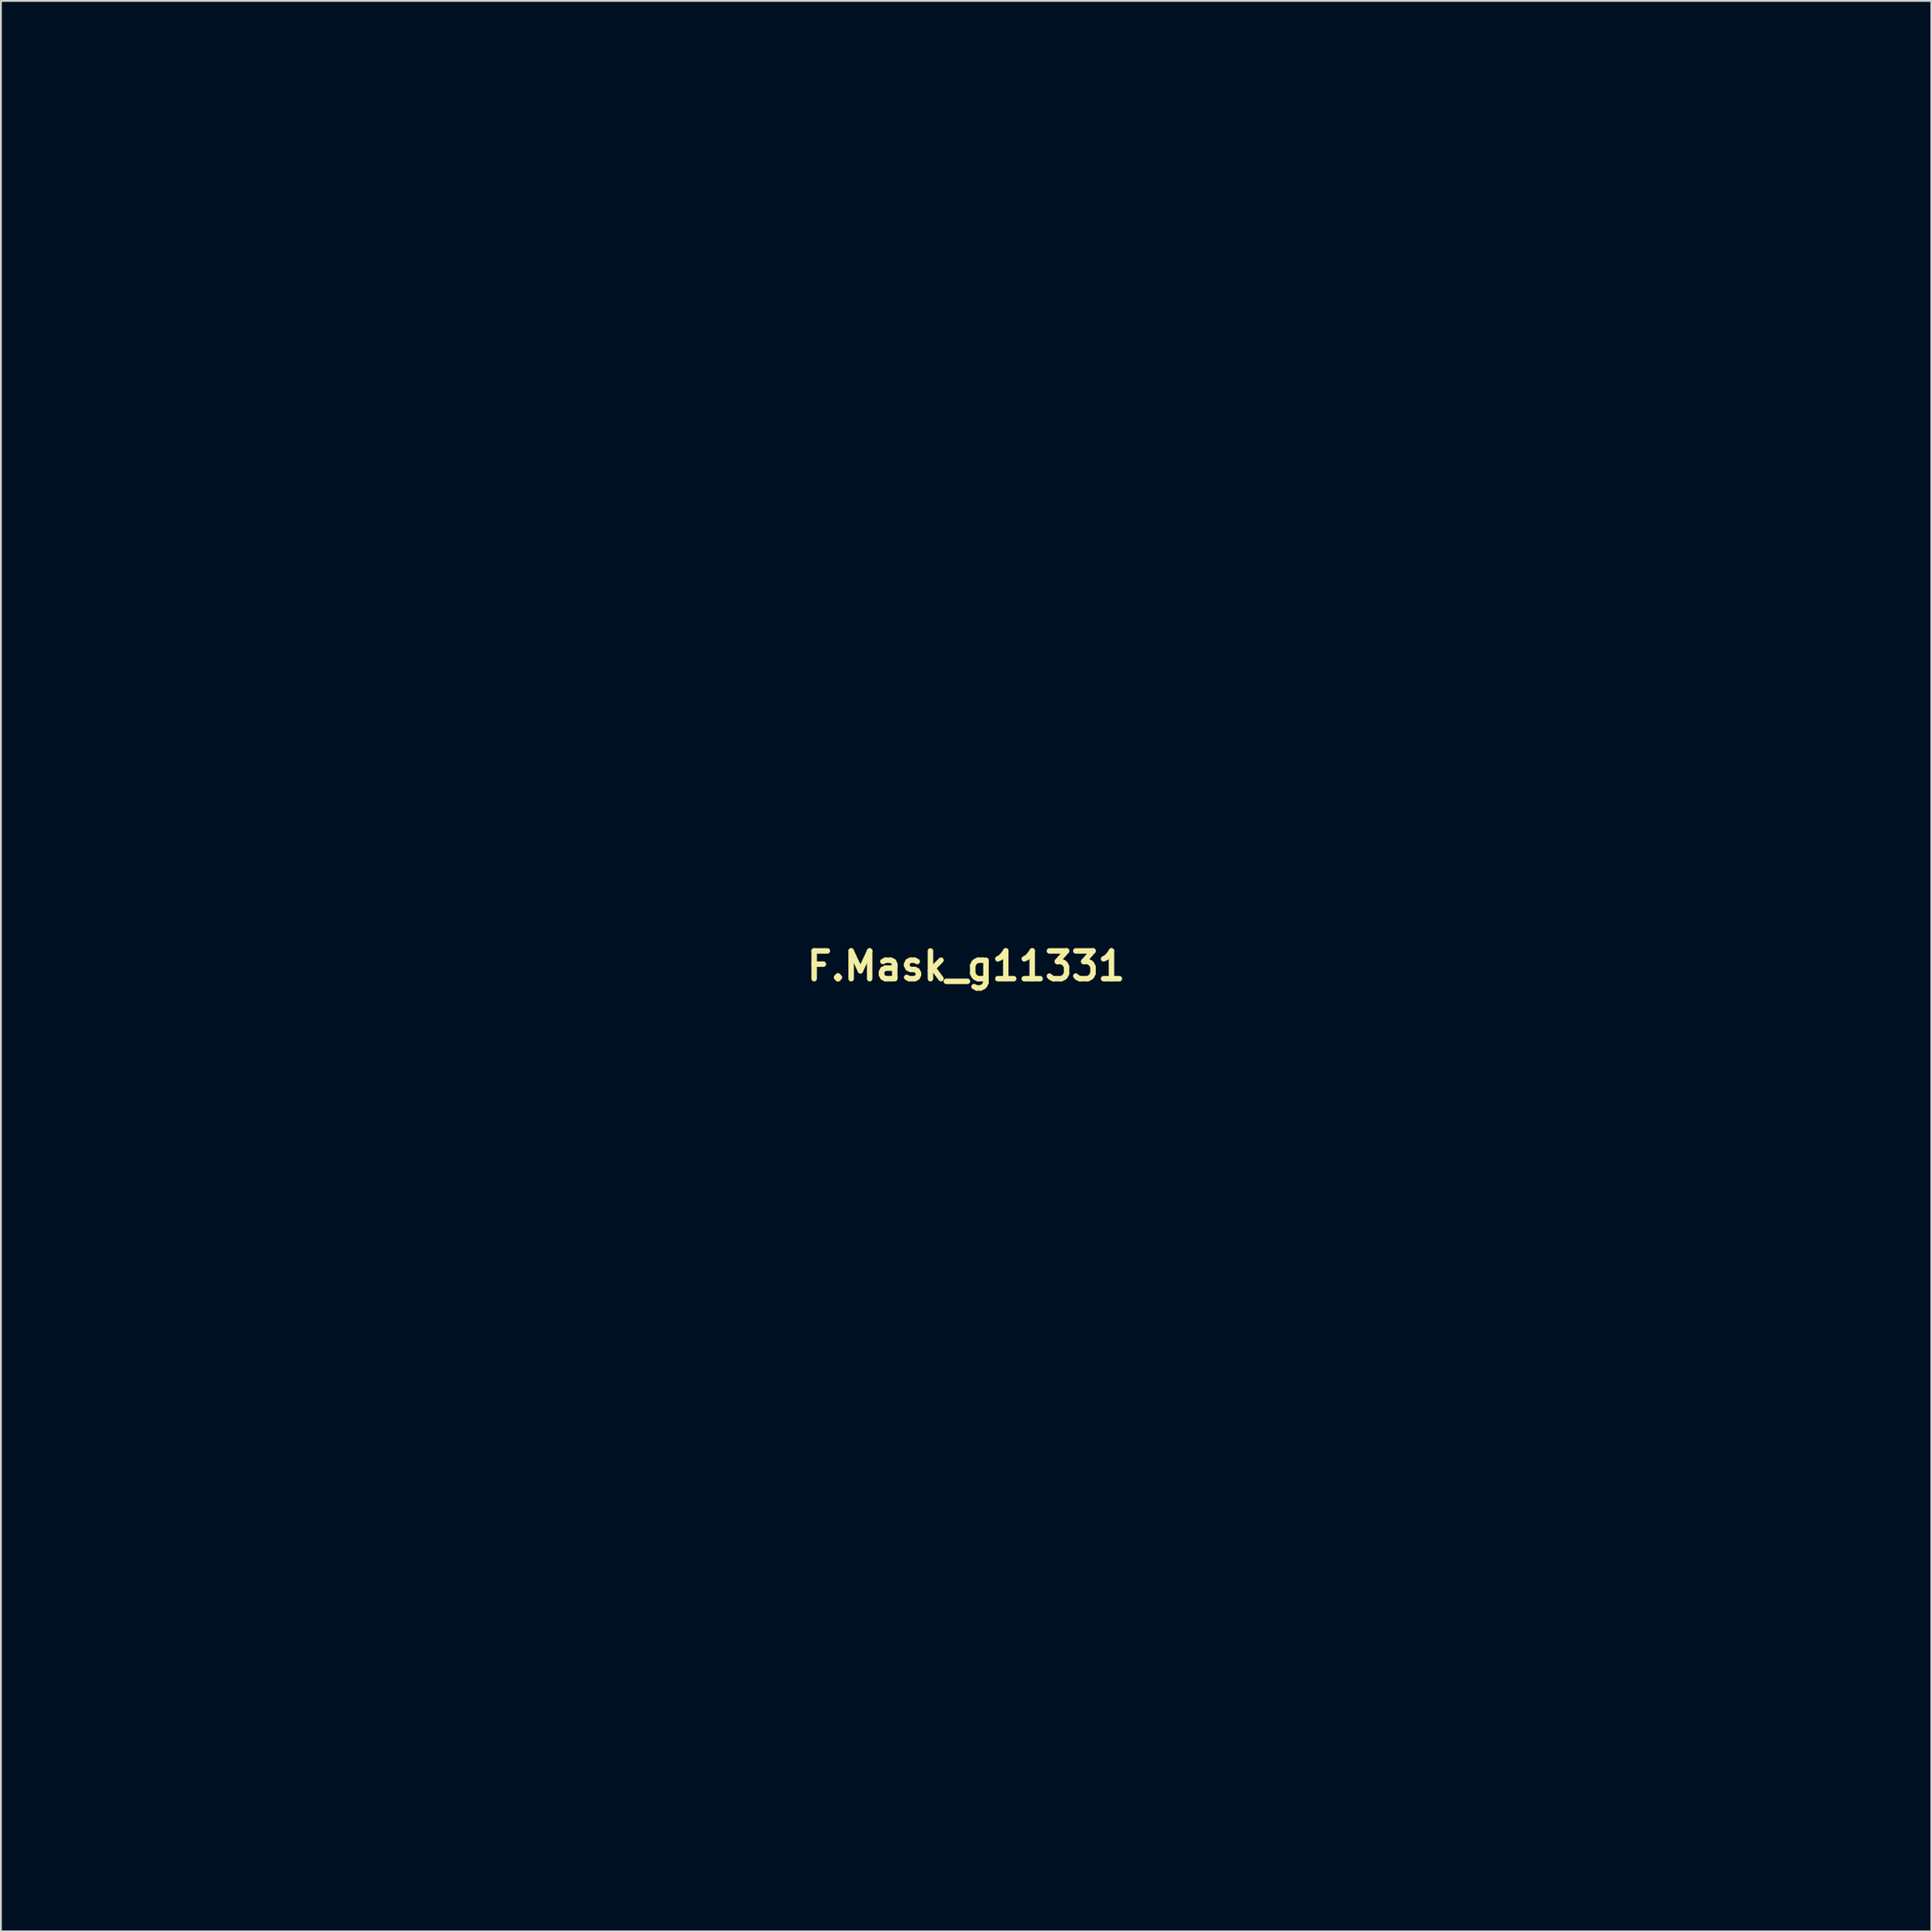
<source format=kicad_pcb>
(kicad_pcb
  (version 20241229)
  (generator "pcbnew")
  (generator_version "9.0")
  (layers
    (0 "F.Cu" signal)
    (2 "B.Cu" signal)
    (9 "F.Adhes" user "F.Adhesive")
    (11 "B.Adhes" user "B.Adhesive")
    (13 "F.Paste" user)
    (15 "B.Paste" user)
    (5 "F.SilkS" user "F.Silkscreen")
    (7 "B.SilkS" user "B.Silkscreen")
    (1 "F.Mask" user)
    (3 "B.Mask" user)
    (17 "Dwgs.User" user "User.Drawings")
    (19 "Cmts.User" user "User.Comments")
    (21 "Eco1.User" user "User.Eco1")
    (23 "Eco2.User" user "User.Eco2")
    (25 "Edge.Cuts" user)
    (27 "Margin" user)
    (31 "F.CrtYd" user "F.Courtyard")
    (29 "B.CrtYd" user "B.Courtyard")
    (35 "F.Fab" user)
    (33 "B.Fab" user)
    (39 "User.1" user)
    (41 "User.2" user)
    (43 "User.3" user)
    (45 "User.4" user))
  (footprint "F.Mask_g11331"
    (layer "F.Cu")
    (at 50.005 50.005)
    (property "Reference" "F.Mask_g11331" (at 0 0 0) (layer "F.SilkS") (effects (font (size 1.524 1.524) (thickness 0.3))))
    (attr through_hole)
    (fp_poly (pts (xy -15.088 18.669) (xy -15.291 18.669) (xy -15.291 18.466) (xy -15.088 18.466) (xy -15.088 18.669)) (stroke (width 0.01) (type solid)) (fill yes) (layer "F.Mask"))
    (fp_poly (pts (xy -15.088 19.507) (xy -15.291 19.507) (xy -15.291 19.291) (xy -15.088 19.291) (xy -15.088 19.507)) (stroke (width 0.01) (type solid)) (fill yes) (layer "F.Mask"))
    (fp_poly (pts (xy -14.884 18.885) (xy -15.088 18.885) (xy -15.088 18.682) (xy -14.884 18.682) (xy -14.884 18.885)) (stroke (width 0.01) (type solid)) (fill yes) (layer "F.Mask"))
    (fp_poly (pts (xy -14.884 19.291) (xy -15.088 19.291) (xy -15.088 19.088) (xy -14.884 19.088) (xy -14.884 19.291)) (stroke (width 0.01) (type solid)) (fill yes) (layer "F.Mask"))
    (fp_poly (pts (xy -14.097 23.47) (xy -14.275 23.47) (xy -14.275 22.606) (xy -14.097 22.606) (xy -14.097 23.47)) (stroke (width 0.01) (type solid)) (fill yes) (layer "F.Mask"))
    (fp_poly (pts (xy -13.602 18.669) (xy -13.805 18.669) (xy -13.805 18.466) (xy -13.602 18.466) (xy -13.602 18.669)) (stroke (width 0.01) (type solid)) (fill yes) (layer "F.Mask"))
    (fp_poly (pts (xy -13.386 18.885) (xy -13.602 18.885) (xy -13.602 18.682) (xy -13.386 18.682) (xy -13.386 18.885)) (stroke (width 0.01) (type solid)) (fill yes) (layer "F.Mask"))
    (fp_poly (pts (xy -10.135 12.573) (xy -10.3 12.573) (xy -10.3 11.887) (xy -10.135 11.887) (xy -10.135 12.573)) (stroke (width 0.01) (type solid)) (fill yes) (layer "F.Mask"))
    (fp_poly (pts (xy -9.792 11.887) (xy -10.135 11.887) (xy -10.135 11.709) (xy -9.792 11.709) (xy -9.792 11.887)) (stroke (width 0.01) (type solid)) (fill yes) (layer "F.Mask"))
    (fp_poly (pts (xy -9.106 12.751) (xy -9.271 12.751) (xy -9.271 11.887) (xy -9.106 11.887) (xy -9.106 12.751)) (stroke (width 0.01) (type solid)) (fill yes) (layer "F.Mask"))
    (fp_poly (pts (xy -7.163 12.573) (xy -7.341 12.573) (xy -7.341 12.23) (xy -7.163 12.23) (xy -7.163 12.573)) (stroke (width 0.01) (type solid)) (fill yes) (layer "F.Mask"))
    (fp_poly (pts (xy -3.67 10.058) (xy -3.848 10.058) (xy -3.848 9.373) (xy -3.67 9.373) (xy -3.67 10.058)) (stroke (width 0.01) (type solid)) (fill yes) (layer "F.Mask"))
    (fp_poly (pts (xy -3.556 25.248) (xy -3.899 25.248) (xy -3.899 25.082) (xy -3.556 25.082) (xy -3.556 25.248)) (stroke (width 0.01) (type solid)) (fill yes) (layer "F.Mask"))
    (fp_poly (pts (xy -3.327 9.373) (xy -3.67 9.373) (xy -3.67 9.195) (xy -3.327 9.195) (xy -3.327 9.373)) (stroke (width 0.01) (type solid)) (fill yes) (layer "F.Mask"))
    (fp_poly (pts (xy -3.327 10.236) (xy -3.67 10.236) (xy -3.67 10.058) (xy -3.327 10.058) (xy -3.327 10.236)) (stroke (width 0.01) (type solid)) (fill yes) (layer "F.Mask"))
    (fp_poly (pts (xy -2.642 10.236) (xy -2.985 10.236) (xy -2.985 10.058) (xy -2.642 10.058) (xy -2.642 10.236)) (stroke (width 0.01) (type solid)) (fill yes) (layer "F.Mask"))
    (fp_poly (pts (xy -1.626 25.082) (xy -1.803 25.082) (xy -1.803 24.74) (xy -1.626 24.74) (xy -1.626 25.082)) (stroke (width 0.01) (type solid)) (fill yes) (layer "F.Mask"))
    (fp_poly (pts (xy 1.778 24.562) (xy 1.422 24.562) (xy 1.422 24.397) (xy 1.778 24.397) (xy 1.778 24.562)) (stroke (width 0.01) (type solid)) (fill yes) (layer "F.Mask"))
    (fp_poly (pts (xy 1.867 10.236) (xy 1.689 10.236) (xy 1.689 9.373) (xy 1.867 9.373) (xy 1.867 10.236)) (stroke (width 0.01) (type solid)) (fill yes) (layer "F.Mask"))
    (fp_poly (pts (xy 1.943 24.74) (xy 1.778 24.74) (xy 1.778 24.562) (xy 1.943 24.562) (xy 1.943 24.74)) (stroke (width 0.01) (type solid)) (fill yes) (layer "F.Mask"))
    (fp_poly (pts (xy 3.124 25.082) (xy 2.959 25.082) (xy 2.959 24.397) (xy 3.124 24.397) (xy 3.124 25.082)) (stroke (width 0.01) (type solid)) (fill yes) (layer "F.Mask"))
    (fp_poly (pts (xy 3.467 24.397) (xy 3.124 24.397) (xy 3.124 24.219) (xy 3.467 24.219) (xy 3.467 24.397)) (stroke (width 0.01) (type solid)) (fill yes) (layer "F.Mask"))
    (fp_poly (pts (xy 4.166 25.248) (xy 3.988 25.248) (xy 3.988 24.397) (xy 4.166 24.397) (xy 4.166 25.248)) (stroke (width 0.01) (type solid)) (fill yes) (layer "F.Mask"))
    (fp_poly (pts (xy 6.375 12.535) (xy 6.198 12.535) (xy 6.198 11.849) (xy 6.375 11.849) (xy 6.375 12.535)) (stroke (width 0.01) (type solid)) (fill yes) (layer "F.Mask"))
    (fp_poly (pts (xy 6.712 11.678) (xy 6.719 11.849) (xy 6.375 11.849) (xy 6.375 11.671) (xy 6.712 11.678)) (stroke (width 0.01) (type solid)) (fill yes) (layer "F.Mask"))
    (fp_poly (pts (xy 14.122 23.406) (xy 13.945 23.406) (xy 13.945 22.72) (xy 14.122 22.72) (xy 14.122 23.406)) (stroke (width 0.01) (type solid)) (fill yes) (layer "F.Mask"))
    (fp_poly (pts (xy 14.465 22.72) (xy 14.122 22.72) (xy 14.122 22.543) (xy 14.465 22.543) (xy 14.465 22.72)) (stroke (width 0.01) (type solid)) (fill yes) (layer "F.Mask"))
    (fp_poly (pts (xy 15.151 23.584) (xy 14.986 23.584) (xy 14.986 22.72) (xy 15.151 22.72) (xy 15.151 23.584)) (stroke (width 0.01) (type solid)) (fill yes) (layer "F.Mask"))
    (fp_poly (pts (xy -4.334 24.564) (xy -4.248 24.568) (xy -4.248 24.733) (xy -4.42 24.741) (xy -4.42 24.561) (xy -4.334 24.564)) (stroke (width 0.01) (type solid)) (fill yes) (layer "F.Mask"))
    (fp_poly (pts (xy -14.275 22.606) (xy -14.44 22.606) (xy -14.44 23.47) (xy -14.618 23.47) (xy -14.618 22.441) (xy -14.275 22.441) (xy -14.275 22.606)) (stroke (width 0.01) (type solid)) (fill yes) (layer "F.Mask"))
    (fp_poly (pts (xy -9.271 11.887) (xy -9.449 11.887) (xy -9.449 12.751) (xy -9.614 12.751) (xy -9.614 11.709) (xy -9.271 11.709) (xy -9.271 11.887)) (stroke (width 0.01) (type solid)) (fill yes) (layer "F.Mask"))
    (fp_poly (pts (xy 3.467 25.248) (xy 3.124 25.248) (xy 3.124 25.082) (xy 3.302 25.082) (xy 3.302 24.74) (xy 3.467 24.74) (xy 3.467 25.248)) (stroke (width 0.01) (type solid)) (fill yes) (layer "F.Mask"))
    (fp_poly (pts (xy 3.988 24.397) (xy 3.823 24.397) (xy 3.823 25.248) (xy 3.645 25.248) (xy 3.645 24.219) (xy 3.988 24.219) (xy 3.988 24.397)) (stroke (width 0.01) (type solid)) (fill yes) (layer "F.Mask"))
    (fp_poly (pts (xy 6.718 12.713) (xy 6.375 12.713) (xy 6.375 12.535) (xy 6.54 12.535) (xy 6.54 12.192) (xy 6.718 12.192) (xy 6.718 12.713)) (stroke (width 0.01) (type solid)) (fill yes) (layer "F.Mask"))
    (fp_poly (pts (xy 8.884 12.554) (xy 9.233 12.561) (xy 9.233 12.725) (xy 8.712 12.725) (xy 8.712 11.697) (xy 8.877 11.697) (xy 8.884 12.554)) (stroke (width 0.01) (type solid)) (fill yes) (layer "F.Mask"))
    (fp_poly (pts (xy 14.465 23.584) (xy 14.122 23.584) (xy 14.122 23.406) (xy 14.287 23.406) (xy 14.287 23.063) (xy 14.465 23.063) (xy 14.465 23.584)) (stroke (width 0.01) (type solid)) (fill yes) (layer "F.Mask"))
    (fp_poly (pts (xy 14.986 22.72) (xy 14.808 22.72) (xy 14.808 23.584) (xy 14.643 23.584) (xy 14.643 22.543) (xy 14.986 22.543) (xy 14.986 22.72)) (stroke (width 0.01) (type solid)) (fill yes) (layer "F.Mask"))
    (fp_poly (pts (xy -43.801 28.659) (xy -43.795 28.672) (xy -43.805 28.686) (xy -43.815 28.689) (xy -43.822 28.68) (xy -43.82 28.67) (xy -43.808 28.657) (xy -43.801 28.659)) (stroke (width 0.01) (type solid)) (fill yes) (layer "F.Mask"))
    (fp_poly (pts (xy 1.689 9.373) (xy 1.524 9.373) (xy 1.524 10.236) (xy 1.346 10.236) (xy 1.349 9.719) (xy 1.353 9.201) (xy 1.689 9.194) (xy 1.689 9.373)) (stroke (width 0.01) (type solid)) (fill yes) (layer "F.Mask"))
    (fp_poly (pts (xy -14.338 18.669) (xy -14.135 18.669) (xy -14.135 18.885) (xy -14.351 18.885) (xy -14.351 18.683) (xy -14.548 18.675) (xy -14.555 18.466) (xy -14.338 18.466) (xy -14.338 18.669)) (stroke (width 0.01) (type solid)) (fill yes) (layer "F.Mask"))
    (fp_poly (pts (xy -3.556 24.905) (xy -3.899 24.905) (xy -3.899 25.082) (xy -4.077 25.082) (xy -4.077 24.741) (xy -3.905 24.733) (xy -3.898 24.562) (xy -3.556 24.562) (xy -3.556 24.905)) (stroke (width 0.01) (type solid)) (fill yes) (layer "F.Mask"))
    (fp_poly (pts (xy -0.254 24.397) (xy -0.419 24.397) (xy -0.419 25.248) (xy -0.597 25.248) (xy -0.597 24.397) (xy -0.762 24.397) (xy -0.762 24.219) (xy -0.254 24.219) (xy -0.254 24.397)) (stroke (width 0.01) (type solid)) (fill yes) (layer "F.Mask"))
    (fp_poly (pts (xy -2.642 9.373) (xy -2.985 9.373) (xy -2.985 10.058) (xy -3.15 10.058) (xy -3.15 9.373) (xy -2.986 9.373) (xy -2.982 9.287) (xy -2.978 9.201) (xy -2.642 9.194) (xy -2.642 9.373)) (stroke (width 0.01) (type solid)) (fill yes) (layer "F.Mask"))
    (fp_poly (pts (xy 1.182 9.373) (xy 0.826 9.373) (xy 0.826 10.058) (xy 0.66 10.058) (xy 0.66 9.373) (xy 0.824 9.373) (xy 0.828 9.287) (xy 0.832 9.201) (xy 1.175 9.201) (xy 1.182 9.373)) (stroke (width 0.01) (type solid)) (fill yes) (layer "F.Mask"))
    (fp_poly (pts (xy -4.595 24.648) (xy -4.591 24.733) (xy -4.42 24.741) (xy -4.42 24.904) (xy -4.505 24.907) (xy -4.591 24.911) (xy -4.598 25.248) (xy -4.763 25.248) (xy -4.763 24.562) (xy -4.599 24.562) (xy -4.595 24.648)) (stroke (width 0.01) (type solid)) (fill yes) (layer "F.Mask"))
    (fp_poly (pts (xy -1.283 25.082) (xy -1.105 25.082) (xy -1.105 24.219) (xy -0.94 24.219) (xy -0.94 25.248) (xy -1.461 25.248) (xy -1.457 24.736) (xy -1.454 24.225) (xy -1.368 24.221) (xy -1.283 24.218) (xy -1.283 25.082)) (stroke (width 0.01) (type solid)) (fill yes) (layer "F.Mask"))
    (fp_poly (pts (xy 3.512 9.201) (xy 3.519 9.373) (xy 3.683 9.373) (xy 3.683 10.236) (xy 3.518 10.236) (xy 3.518 9.373) (xy 3.34 9.373) (xy 3.34 10.236) (xy 3.175 10.236) (xy 3.175 9.194) (xy 3.512 9.201)) (stroke (width 0.01) (type solid)) (fill yes) (layer "F.Mask"))
    (fp_poly (pts (xy 1.778 24.905) (xy 1.6 24.905) (xy 1.6 25.082) (xy 1.943 25.082) (xy 1.943 25.248) (xy 1.422 25.248) (xy 1.429 24.911) (xy 1.514 24.907) (xy 1.6 24.904) (xy 1.6 24.74) (xy 1.778 24.74) (xy 1.778 24.905)) (stroke (width 0.01) (type solid)) (fill yes) (layer "F.Mask"))
    (fp_poly (pts (xy 7.226 11.849) (xy 7.404 11.849) (xy 7.404 12.714) (xy 7.233 12.706) (xy 7.226 11.849) (xy 7.061 11.849) (xy 7.061 12.713) (xy 6.883 12.713) (xy 6.886 12.195) (xy 6.89 11.678) (xy 7.226 11.671) (xy 7.226 11.849)) (stroke (width 0.01) (type solid)) (fill yes) (layer "F.Mask"))
    (fp_poly (pts (xy -0.572 10.058) (xy -0.406 10.058) (xy -0.406 10.236) (xy -0.914 10.236) (xy -0.914 10.058) (xy -0.749 10.058) (xy -0.749 9.716) (xy -0.914 9.716) (xy -0.914 9.55) (xy -0.749 9.55) (xy -0.749 9.373) (xy -0.572 9.373) (xy -0.572 10.058)) (stroke (width 0.01) (type solid)) (fill yes) (layer "F.Mask"))
    (fp_poly (pts (xy 9.919 11.862) (xy 9.576 11.862) (xy 9.576 12.04) (xy 9.741 12.04) (xy 9.741 12.205) (xy 9.576 12.205) (xy 9.576 12.56) (xy 9.919 12.56) (xy 9.919 12.725) (xy 9.398 12.725) (xy 9.398 11.697) (xy 9.919 11.697) (xy 9.919 11.862)) (stroke (width 0.01) (type solid)) (fill yes) (layer "F.Mask"))
    (fp_poly (pts (xy 14.592 15.392) (xy 14.403 15.392) (xy 14.399 15.497) (xy 14.395 15.602) (xy 14.199 15.609) (xy 14.199 15.812) (xy 13.995 15.812) (xy 13.995 15.596) (xy 14.186 15.596) (xy 14.186 15.392) (xy 14.389 15.392) (xy 14.389 15.189) (xy 14.592 15.189) (xy 14.592 15.392)) (stroke (width 0.01) (type solid)) (fill yes) (layer "F.Mask"))
    (fp_poly (pts (xy -9.792 12.751) (xy -9.955 12.751) (xy -10.017 12.75) (xy -10.069 12.748) (xy -10.107 12.746) (xy -10.125 12.743) (xy -10.126 12.742) (xy -10.131 12.726) (xy -10.134 12.692) (xy -10.135 12.653) (xy -10.135 12.573) (xy -9.957 12.573) (xy -9.957 12.23) (xy -9.792 12.23) (xy -9.792 12.751)) (stroke (width 0.01) (type solid)) (fill yes) (layer "F.Mask"))
    (fp_poly (pts (xy -4.356 9.893) (xy -4.191 9.893) (xy -4.188 9.547) (xy -4.185 9.201) (xy -4.02 9.201) (xy -4.013 9.893) (xy -4.191 9.893) (xy -4.191 10.058) (xy -4.356 10.058) (xy -4.356 10.236) (xy -4.534 10.236) (xy -4.531 9.719) (xy -4.528 9.201) (xy -4.362 9.201) (xy -4.356 9.893)) (stroke (width 0.01) (type solid)) (fill yes) (layer "F.Mask"))
    (fp_poly (pts (xy -13.576 22.606) (xy -13.411 22.606) (xy -13.411 23.305) (xy -13.576 23.305) (xy -13.576 23.47) (xy -13.932 23.47) (xy -13.932 22.606) (xy -13.754 22.606) (xy -13.754 23.305) (xy -13.589 23.305) (xy -13.589 22.606) (xy -13.754 22.606) (xy -13.932 22.606) (xy -13.932 22.441) (xy -13.576 22.441) (xy -13.576 22.606)) (stroke (width 0.01) (type solid)) (fill yes) (layer "F.Mask"))
    (fp_poly (pts (xy -8.407 11.887) (xy -8.407 12.573) (xy -8.585 12.573) (xy -8.585 12.751) (xy -8.928 12.751) (xy -8.928 11.887) (xy -8.75 11.887) (xy -8.75 12.573) (xy -8.585 12.573) (xy -8.585 11.887) (xy -8.75 11.887) (xy -8.928 11.887) (xy -8.928 11.709) (xy -8.585 11.709) (xy -8.585 11.887) (xy -8.407 11.887)) (stroke (width 0.01) (type solid)) (fill yes) (layer "F.Mask"))
    (fp_poly (pts (xy 4.851 24.397) (xy 4.851 25.082) (xy 4.674 25.082) (xy 4.674 25.248) (xy 4.331 25.248) (xy 4.331 24.397) (xy 4.508 24.397) (xy 4.508 25.082) (xy 4.674 25.082) (xy 4.674 24.397) (xy 4.508 24.397) (xy 4.331 24.397) (xy 4.331 24.219) (xy 4.674 24.219) (xy 4.674 24.397) (xy 4.851 24.397)) (stroke (width 0.01) (type solid)) (fill yes) (layer "F.Mask"))
    (fp_poly (pts (xy 7.918 11.678) (xy 7.926 11.849) (xy 8.09 11.849) (xy 8.09 12.535) (xy 7.925 12.535) (xy 7.925 12.713) (xy 7.582 12.713) (xy 7.582 11.849) (xy 7.747 11.849) (xy 7.747 12.535) (xy 7.925 12.535) (xy 7.925 11.849) (xy 7.747 11.849) (xy 7.582 11.849) (xy 7.582 11.671) (xy 7.918 11.678)) (stroke (width 0.01) (type solid)) (fill yes) (layer "F.Mask"))
    (fp_poly (pts (xy 10.604 11.862) (xy 10.604 12.56) (xy 10.427 12.56) (xy 10.427 12.725) (xy 10.084 12.725) (xy 10.084 11.862) (xy 10.262 11.862) (xy 10.262 12.56) (xy 10.427 12.56) (xy 10.427 11.862) (xy 10.262 11.862) (xy 10.084 11.862) (xy 10.084 11.697) (xy 10.427 11.697) (xy 10.427 11.862) (xy 10.604 11.862)) (stroke (width 0.01) (type solid)) (fill yes) (layer "F.Mask"))
    (fp_poly (pts (xy 15.85 22.72) (xy 15.843 23.4) (xy 15.672 23.407) (xy 15.672 23.584) (xy 15.329 23.584) (xy 15.329 22.72) (xy 15.494 22.72) (xy 15.494 23.406) (xy 15.672 23.406) (xy 15.672 22.72) (xy 15.494 22.72) (xy 15.329 22.72) (xy 15.329 22.543) (xy 15.672 22.543) (xy 15.672 22.72) (xy 15.85 22.72)) (stroke (width 0.01) (type solid)) (fill yes) (layer "F.Mask"))
    (fp_poly (pts (xy -14.783 22.606) (xy -15.126 22.606) (xy -15.126 23.305) (xy -14.961 23.305) (xy -14.961 22.948) (xy -14.875 22.951) (xy -14.789 22.955) (xy -14.786 23.212) (xy -14.782 23.47) (xy -15.138 23.47) (xy -15.138 23.305) (xy -15.303 23.305) (xy -15.303 22.606) (xy -15.138 22.606) (xy -15.138 22.441) (xy -14.783 22.441) (xy -14.783 22.606)) (stroke (width 0.01) (type solid)) (fill yes) (layer "F.Mask"))
    (fp_poly (pts (xy -14.135 19.291) (xy -14.338 19.291) (xy -14.338 19.507) (xy -14.438 19.507) (xy -14.486 19.506) (xy -14.524 19.504) (xy -14.544 19.5) (xy -14.546 19.499) (xy -14.55 19.483) (xy -14.553 19.448) (xy -14.554 19.402) (xy -14.554 19.391) (xy -14.554 19.291) (xy -14.351 19.291) (xy -14.351 19.088) (xy -14.135 19.088) (xy -14.135 19.291)) (stroke (width 0.01) (type solid)) (fill yes) (layer "F.Mask"))
    (fp_poly (pts (xy -2.87 24.74) (xy -3.048 24.74) (xy -3.048 24.905) (xy -2.87 24.905) (xy -2.87 25.082) (xy -3.048 25.082) (xy -3.048 25.248) (xy -3.391 25.248) (xy -3.391 25.082) (xy -3.213 25.082) (xy -3.213 24.905) (xy -3.391 24.905) (xy -3.391 24.74) (xy -3.213 24.74) (xy -3.213 24.562) (xy -2.87 24.562) (xy -2.87 24.74)) (stroke (width 0.01) (type solid)) (fill yes) (layer "F.Mask"))
    (fp_poly (pts (xy -1.092 9.373) (xy -1.092 10.237) (xy -1.264 10.23) (xy -1.271 9.893) (xy -1.435 9.893) (xy -1.435 10.236) (xy -1.613 10.236) (xy -1.613 9.373) (xy -1.435 9.373) (xy -1.435 9.716) (xy -1.27 9.716) (xy -1.27 9.373) (xy -1.435 9.373) (xy -1.435 9.195) (xy -1.27 9.195) (xy -1.27 9.373) (xy -1.092 9.373)) (stroke (width 0.01) (type solid)) (fill yes) (layer "F.Mask"))
    (fp_poly (pts (xy 1.089 9.718) (xy 1.175 9.722) (xy 1.178 9.979) (xy 1.182 10.236) (xy 1.012 10.236) (xy 0.949 10.236) (xy 0.895 10.234) (xy 0.855 10.231) (xy 0.835 10.228) (xy 0.834 10.228) (xy 0.83 10.211) (xy 0.826 10.178) (xy 0.826 10.139) (xy 0.826 10.058) (xy 1.003 10.058) (xy 1.003 9.714) (xy 1.089 9.718)) (stroke (width 0.01) (type solid)) (fill yes) (layer "F.Mask"))
    (fp_poly (pts (xy 1.257 24.397) (xy 1.257 25.248) (xy 1.079 25.248) (xy 1.079 24.905) (xy 0.914 24.905) (xy 0.914 25.248) (xy 0.737 25.248) (xy 0.737 24.397) (xy 0.914 24.397) (xy 0.914 24.74) (xy 1.079 24.74) (xy 1.079 24.397) (xy 0.914 24.397) (xy 0.914 24.219) (xy 1.079 24.219) (xy 1.079 24.397) (xy 1.257 24.397)) (stroke (width 0.01) (type solid)) (fill yes) (layer "F.Mask"))
    (fp_poly (pts (xy 5.067 9.373) (xy 5.067 10.058) (xy 4.889 10.058) (xy 4.889 10.236) (xy 4.724 10.236) (xy 4.724 10.058) (xy 4.547 10.058) (xy 4.547 9.373) (xy 4.724 9.373) (xy 4.724 10.058) (xy 4.889 10.058) (xy 4.889 9.373) (xy 4.724 9.373) (xy 4.724 9.195) (xy 4.889 9.195) (xy 4.889 9.373) (xy 5.067 9.373)) (stroke (width 0.01) (type solid)) (fill yes) (layer "F.Mask"))
    (fp_poly (pts (xy -13.386 19.291) (xy -13.588 19.291) (xy -13.592 19.396) (xy -13.595 19.501) (xy -13.691 19.505) (xy -13.738 19.505) (xy -13.775 19.504) (xy -13.795 19.5) (xy -13.796 19.499) (xy -13.8 19.483) (xy -13.803 19.448) (xy -13.805 19.402) (xy -13.805 19.391) (xy -13.805 19.291) (xy -13.602 19.291) (xy -13.602 19.088) (xy -13.386 19.088) (xy -13.386 19.291)) (stroke (width 0.01) (type solid)) (fill yes) (layer "F.Mask"))
    (fp_poly (pts (xy -6.477 11.887) (xy -6.477 12.751) (xy -6.641 12.751) (xy -6.648 12.402) (xy -6.814 12.402) (xy -6.817 12.576) (xy -6.821 12.751) (xy -6.985 12.751) (xy -6.985 11.887) (xy -6.82 11.887) (xy -6.82 12.23) (xy -6.642 12.23) (xy -6.642 11.887) (xy -6.82 11.887) (xy -6.82 11.709) (xy -6.642 11.709) (xy -6.642 11.887) (xy -6.477 11.887)) (stroke (width 0.01) (type solid)) (fill yes) (layer "F.Mask"))
    (fp_poly (pts (xy 4.375 9.201) (xy 4.383 9.373) (xy 4.025 9.373) (xy 4.028 9.458) (xy 4.032 9.544) (xy 4.204 9.552) (xy 4.204 9.714) (xy 4.118 9.718) (xy 4.032 9.722) (xy 4.029 9.89) (xy 4.025 10.058) (xy 4.2 10.061) (xy 4.375 10.065) (xy 4.375 10.23) (xy 4.118 10.233) (xy 3.861 10.237) (xy 3.861 9.194) (xy 4.375 9.201)) (stroke (width 0.01) (type solid)) (fill yes) (layer "F.Mask"))
    (fp_poly (pts (xy -5.791 11.887) (xy -5.956 11.887) (xy -5.956 12.751) (xy -6.037 12.751) (xy -6.08 12.75) (xy -6.112 12.746) (xy -6.126 12.742) (xy -6.128 12.728) (xy -6.13 12.691) (xy -6.131 12.635) (xy -6.132 12.563) (xy -6.133 12.477) (xy -6.134 12.381) (xy -6.134 12.311) (xy -6.134 11.887) (xy -6.299 11.887) (xy -6.299 11.709) (xy -5.791 11.709) (xy -5.791 11.887)) (stroke (width 0.01) (type solid)) (fill yes) (layer "F.Mask"))
    (fp_poly (pts (xy 2.553 9.373) (xy 2.553 10.057) (xy 2.467 10.061) (xy 2.381 10.065) (xy 2.377 10.15) (xy 2.374 10.236) (xy 2.032 10.236) (xy 2.035 9.719) (xy 2.037 9.373) (xy 2.21 9.373) (xy 2.21 10.058) (xy 2.375 10.058) (xy 2.375 9.373) (xy 2.21 9.373) (xy 2.037 9.373) (xy 2.038 9.201) (xy 2.375 9.194) (xy 2.375 9.373) (xy 2.553 9.373)) (stroke (width 0.01) (type solid)) (fill yes) (layer "F.Mask"))
    (fp_poly (pts (xy -1.626 24.397) (xy -1.626 24.562) (xy -1.803 24.562) (xy -1.803 24.74) (xy -1.968 24.74) (xy -1.968 25.082) (xy -1.803 25.082) (xy -1.803 25.248) (xy -2.146 25.248) (xy -2.146 24.397) (xy -1.968 24.397) (xy -1.968 24.562) (xy -1.803 24.562) (xy -1.803 24.397) (xy -1.968 24.397) (xy -2.146 24.397) (xy -2.146 24.219) (xy -1.803 24.219) (xy -1.803 24.397) (xy -1.626 24.397)) (stroke (width 0.01) (type solid)) (fill yes) (layer "F.Mask"))
    (fp_poly (pts (xy -7.163 11.887) (xy -7.163 12.052) (xy -7.341 12.052) (xy -7.341 12.23) (xy -7.506 12.23) (xy -7.506 12.573) (xy -7.341 12.573) (xy -7.341 12.751) (xy -7.504 12.751) (xy -7.566 12.75) (xy -7.618 12.748) (xy -7.656 12.746) (xy -7.674 12.743) (xy -7.675 12.742) (xy -7.677 12.728) (xy -7.679 12.691) (xy -7.68 12.635) (xy -7.681 12.561) (xy -7.682 12.472) (xy -7.683 12.372) (xy -7.683 12.263) (xy -7.684 12.222) (xy -7.684 11.887) (xy -7.506 11.887) (xy -7.506 12.052) (xy -7.341 12.052) (xy -7.341 11.887) (xy -7.506 11.887) (xy -7.684 11.887) (xy -7.684 11.709) (xy -7.341 11.709) (xy -7.341 11.887) (xy -7.163 11.887)) (stroke (width 0.01) (type solid)) (fill yes) (layer "F.Mask"))
    (fp_poly (pts (xy 14.592 14.986) (xy 14.769 14.986) (xy 14.776 14.776) (xy 14.986 14.769) (xy 14.986 15.392) (xy 15.189 15.392) (xy 15.189 15.189) (xy 15.405 15.189) (xy 15.405 14.987) (xy 15.589 14.98) (xy 15.593 14.875) (xy 15.597 14.77) (xy 15.799 14.77) (xy 15.799 15.392) (xy 16.002 15.392) (xy 16.002 15.189) (xy 16.218 15.189) (xy 16.218 15.392) (xy 16.016 15.392) (xy 16.012 15.497) (xy 16.008 15.602) (xy 15.904 15.606) (xy 15.799 15.609) (xy 15.799 15.812) (xy 15.596 15.812) (xy 15.596 15.189) (xy 15.418 15.189) (xy 15.418 15.392) (xy 15.216 15.392) (xy 15.212 15.497) (xy 15.208 15.602) (xy 15.011 15.609) (xy 15.011 15.812) (xy 14.783 15.812) (xy 14.783 15.189) (xy 14.592 15.189) (xy 14.592 14.986)) (stroke (width 0.01) (type solid)) (fill yes) (layer "F.Mask"))
    (fp_poly (pts (xy -45.582 29.445) (xy -45.517 29.466) (xy -45.464 29.502) (xy -45.439 29.532) (xy -45.402 29.609) (xy -45.384 29.686) (xy -45.384 29.76) (xy -45.401 29.827) (xy -45.436 29.882) (xy -45.486 29.922) (xy -45.501 29.929) (xy -45.554 29.943) (xy -45.618 29.946) (xy -45.682 29.938) (xy -45.734 29.921) (xy -45.734 29.921) (xy -45.799 29.874) (xy -45.843 29.813) (xy -45.865 29.742) (xy -45.864 29.707) (xy -45.657 29.707) (xy -45.653 29.746) (xy -45.641 29.775) (xy -45.634 29.78) (xy -45.609 29.785) (xy -45.592 29.767) (xy -45.584 29.731) (xy -45.585 29.687) (xy -45.594 29.638) (xy -45.605 29.614) (xy -45.62 29.614) (xy -45.636 29.631) (xy -45.651 29.665) (xy -45.657 29.707) (xy -45.864 29.707) (xy -45.864 29.663) (xy -45.86 29.646) (xy -45.832 29.564) (xy -45.79 29.503) (xy -45.732 29.462) (xy -45.661 29.442) (xy -45.651 29.441) (xy -45.582 29.445)) (stroke (width 0.01) (type solid)) (fill yes) (layer "F.Mask"))
    (fp_poly (pts (xy -42.881 29.449) (xy -42.837 29.467) (xy -42.776 29.512) (xy -42.732 29.573) (xy -42.706 29.649) (xy -42.7 29.737) (xy -42.701 29.758) (xy -42.714 29.826) (xy -42.741 29.876) (xy -42.785 29.913) (xy -42.8 29.922) (xy -42.855 29.939) (xy -42.922 29.946) (xy -42.989 29.941) (xy -43.04 29.926) (xy -43.106 29.886) (xy -43.15 29.832) (xy -43.174 29.764) (xy -43.175 29.732) (xy -42.972 29.732) (xy -42.964 29.766) (xy -42.949 29.785) (xy -42.948 29.785) (xy -42.922 29.787) (xy -42.907 29.77) (xy -42.901 29.731) (xy -42.901 29.713) (xy -42.904 29.668) (xy -42.913 29.632) (xy -42.919 29.622) (xy -42.931 29.608) (xy -42.94 29.61) (xy -42.951 29.632) (xy -42.958 29.647) (xy -42.97 29.689) (xy -42.972 29.732) (xy -43.175 29.732) (xy -43.177 29.683) (xy -43.16 29.6) (xy -43.126 29.532) (xy -43.079 29.482) (xy -43.02 29.449) (xy -42.954 29.438) (xy -42.881 29.449)) (stroke (width 0.01) (type solid)) (fill yes) (layer "F.Mask"))
    (fp_poly (pts (xy -44.011 29.442) (xy -43.984 29.455) (xy -43.965 29.482) (xy -43.952 29.526) (xy -43.942 29.592) (xy -43.941 29.598) (xy -43.934 29.705) (xy -43.939 29.794) (xy -43.956 29.863) (xy -43.984 29.913) (xy -44.022 29.94) (xy -44.058 29.947) (xy -44.094 29.939) (xy -44.128 29.913) (xy -44.162 29.867) (xy -44.183 29.832) (xy -44.221 29.762) (xy -44.221 29.829) (xy -44.225 29.877) (xy -44.237 29.909) (xy -44.247 29.921) (xy -44.284 29.942) (xy -44.329 29.945) (xy -44.365 29.932) (xy -44.394 29.902) (xy -44.413 29.85) (xy -44.423 29.775) (xy -44.424 29.722) (xy -44.422 29.635) (xy -44.413 29.57) (xy -44.399 29.523) (xy -44.377 29.489) (xy -44.367 29.48) (xy -44.321 29.454) (xy -44.274 29.452) (xy -44.229 29.473) (xy -44.187 29.516) (xy -44.157 29.569) (xy -44.132 29.623) (xy -44.14 29.556) (xy -44.142 29.5) (xy -44.128 29.464) (xy -44.097 29.444) (xy -44.05 29.439) (xy -44.011 29.442)) (stroke (width 0.01) (type solid)) (fill yes) (layer "F.Mask"))
    (fp_poly (pts (xy -41.49 30.153) (xy -41.444 30.16) (xy -41.395 30.173) (xy -41.391 30.174) (xy -41.329 30.197) (xy -41.288 30.224) (xy -41.267 30.256) (xy -41.262 30.29) (xy -41.272 30.327) (xy -41.301 30.352) (xy -41.353 30.369) (xy -41.373 30.372) (xy -41.412 30.378) (xy -41.438 30.385) (xy -41.445 30.389) (xy -41.445 30.405) (xy -41.442 30.439) (xy -41.437 30.486) (xy -41.433 30.512) (xy -41.424 30.612) (xy -41.429 30.691) (xy -41.446 30.75) (xy -41.478 30.788) (xy -41.524 30.807) (xy -41.553 30.81) (xy -41.597 30.805) (xy -41.636 30.795) (xy -41.645 30.791) (xy -41.671 30.772) (xy -41.689 30.746) (xy -41.7 30.709) (xy -41.705 30.656) (xy -41.705 30.584) (xy -41.703 30.536) (xy -41.696 30.378) (xy -41.73 30.372) (xy -41.782 30.359) (xy -41.817 30.344) (xy -41.842 30.323) (xy -41.85 30.313) (xy -41.87 30.272) (xy -41.865 30.236) (xy -41.838 30.205) (xy -41.788 30.181) (xy -41.718 30.163) (xy -41.627 30.153) (xy -41.61 30.152) (xy -41.542 30.151) (xy -41.49 30.153)) (stroke (width 0.01) (type solid)) (fill yes) (layer "F.Mask"))
    (fp_poly (pts (xy -43.579 30.166) (xy -43.508 30.197) (xy -43.458 30.229) (xy -43.421 30.267) (xy -43.392 30.317) (xy -43.369 30.375) (xy -43.346 30.465) (xy -43.343 30.552) (xy -43.358 30.631) (xy -43.389 30.699) (xy -43.436 30.753) (xy -43.498 30.79) (xy -43.519 30.797) (xy -43.569 30.805) (xy -43.629 30.809) (xy -43.689 30.807) (xy -43.736 30.799) (xy -43.74 30.798) (xy -43.821 30.762) (xy -43.885 30.708) (xy -43.932 30.641) (xy -43.959 30.563) (xy -43.964 30.491) (xy -43.697 30.491) (xy -43.695 30.54) (xy -43.683 30.575) (xy -43.657 30.602) (xy -43.633 30.604) (xy -43.611 30.581) (xy -43.611 30.579) (xy -43.603 30.549) (xy -43.601 30.505) (xy -43.605 30.456) (xy -43.614 30.413) (xy -43.626 30.384) (xy -43.629 30.382) (xy -43.644 30.371) (xy -43.657 30.378) (xy -43.668 30.394) (xy -43.687 30.438) (xy -43.697 30.491) (xy -43.964 30.491) (xy -43.965 30.478) (xy -43.95 30.389) (xy -43.923 30.321) (xy -43.875 30.247) (xy -43.813 30.193) (xy -43.742 30.162) (xy -43.663 30.152) (xy -43.579 30.166)) (stroke (width 0.01) (type solid)) (fill yes) (layer "F.Mask"))
    (fp_poly (pts (xy -14.846 14.935) (xy -14.656 14.935) (xy -14.656 15.138) (xy -14.44 15.138) (xy -14.44 15.342) (xy -14.237 15.342) (xy -14.237 14.732) (xy -14.034 14.732) (xy -14.034 14.935) (xy -13.843 14.935) (xy -13.843 15.138) (xy -13.64 15.138) (xy -13.64 15.342) (xy -13.45 15.342) (xy -13.443 15.551) (xy -13.246 15.559) (xy -13.246 15.761) (xy -13.449 15.761) (xy -13.449 15.557) (xy -13.652 15.557) (xy -13.652 15.355) (xy -13.849 15.348) (xy -13.857 15.138) (xy -14.034 15.138) (xy -14.034 15.761) (xy -14.275 15.761) (xy -14.275 15.557) (xy -14.465 15.557) (xy -14.465 15.355) (xy -14.662 15.348) (xy -14.67 15.138) (xy -14.846 15.138) (xy -14.846 15.761) (xy -15.062 15.761) (xy -15.062 15.557) (xy -15.265 15.557) (xy -15.265 15.355) (xy -15.462 15.348) (xy -15.47 15.138) (xy -15.253 15.138) (xy -15.253 15.342) (xy -15.062 15.342) (xy -15.062 15.191) (xy -15.061 15.112) (xy -15.059 15.021) (xy -15.056 14.932) (xy -15.054 14.886) (xy -15.046 14.732) (xy -14.846 14.732) (xy -14.846 14.935)) (stroke (width 0.01) (type solid)) (fill yes) (layer "F.Mask"))
    (fp_poly (pts (xy -42.236 29.438) (xy -42.195 29.458) (xy -42.172 29.478) (xy -42.153 29.5) (xy -42.143 29.52) (xy -42.139 29.545) (xy -42.14 29.583) (xy -42.143 29.617) (xy -42.158 29.728) (xy -42.185 29.817) (xy -42.225 29.883) (xy -42.276 29.928) (xy -42.341 29.951) (xy -42.418 29.953) (xy -42.457 29.947) (xy -42.526 29.924) (xy -42.582 29.884) (xy -42.614 29.845) (xy -42.631 29.8) (xy -42.639 29.742) (xy -42.64 29.677) (xy -42.634 29.611) (xy -42.622 29.55) (xy -42.604 29.502) (xy -42.581 29.471) (xy -42.58 29.471) (xy -42.54 29.454) (xy -42.494 29.452) (xy -42.454 29.464) (xy -42.437 29.477) (xy -42.425 29.493) (xy -42.42 29.513) (xy -42.422 29.542) (xy -42.429 29.583) (xy -42.44 29.66) (xy -42.443 29.715) (xy -42.436 29.749) (xy -42.423 29.761) (xy -42.403 29.768) (xy -42.389 29.763) (xy -42.374 29.749) (xy -42.36 29.719) (xy -42.355 29.672) (xy -42.355 29.668) (xy -42.352 29.61) (xy -42.344 29.552) (xy -42.332 29.501) (xy -42.318 29.464) (xy -42.311 29.453) (xy -42.278 29.436) (xy -42.236 29.438)) (stroke (width 0.01) (type solid)) (fill yes) (layer "F.Mask"))
    (fp_poly (pts (xy -41.28 29.435) (xy -41.237 29.451) (xy -41.186 29.486) (xy -41.156 29.524) (xy -41.15 29.564) (xy -41.167 29.603) (xy -41.179 29.616) (xy -41.207 29.636) (xy -41.237 29.639) (xy -41.256 29.636) (xy -41.29 29.624) (xy -41.315 29.605) (xy -41.316 29.603) (xy -41.332 29.584) (xy -41.34 29.578) (xy -41.345 29.59) (xy -41.35 29.619) (xy -41.354 29.658) (xy -41.357 29.7) (xy -41.358 29.737) (xy -41.356 29.762) (xy -41.355 29.765) (xy -41.344 29.778) (xy -41.322 29.779) (xy -41.288 29.765) (xy -41.257 29.748) (xy -41.222 29.73) (xy -41.2 29.723) (xy -41.182 29.727) (xy -41.167 29.736) (xy -41.144 29.759) (xy -41.136 29.791) (xy -41.135 29.804) (xy -41.146 29.861) (xy -41.178 29.905) (xy -41.219 29.929) (xy -41.269 29.942) (xy -41.33 29.945) (xy -41.39 29.941) (xy -41.434 29.929) (xy -41.488 29.891) (xy -41.531 29.837) (xy -41.559 29.771) (xy -41.567 29.709) (xy -41.56 29.636) (xy -41.541 29.566) (xy -41.515 29.509) (xy -41.512 29.505) (xy -41.47 29.464) (xy -41.412 29.437) (xy -41.347 29.427) (xy -41.28 29.435)) (stroke (width 0.01) (type solid)) (fill yes) (layer "F.Mask"))
    (fp_poly (pts (xy -45.511 30.151) (xy -45.461 30.174) (xy -45.416 30.209) (xy -45.382 30.251) (xy -45.365 30.293) (xy -45.364 30.304) (xy -45.374 30.356) (xy -45.403 30.393) (xy -45.446 30.411) (xy -45.487 30.411) (xy -45.53 30.399) (xy -45.567 30.379) (xy -45.588 30.355) (xy -45.59 30.351) (xy -45.599 30.329) (xy -45.607 30.332) (xy -45.615 30.359) (xy -45.622 30.41) (xy -45.625 30.448) (xy -45.629 30.518) (xy -45.627 30.565) (xy -45.617 30.591) (xy -45.597 30.598) (xy -45.563 30.587) (xy -45.515 30.56) (xy -45.501 30.552) (xy -45.446 30.528) (xy -45.4 30.526) (xy -45.365 30.543) (xy -45.344 30.579) (xy -45.339 30.616) (xy -45.35 30.682) (xy -45.383 30.736) (xy -45.433 30.775) (xy -45.489 30.794) (xy -45.557 30.805) (xy -45.629 30.807) (xy -45.692 30.798) (xy -45.712 30.792) (xy -45.778 30.755) (xy -45.835 30.697) (xy -45.864 30.651) (xy -45.881 30.6) (xy -45.89 30.533) (xy -45.89 30.457) (xy -45.882 30.38) (xy -45.874 30.344) (xy -45.843 30.267) (xy -45.794 30.206) (xy -45.731 30.163) (xy -45.656 30.141) (xy -45.571 30.139) (xy -45.511 30.151)) (stroke (width 0.01) (type solid)) (fill yes) (layer "F.Mask"))
    (fp_poly (pts (xy -45.016 29.445) (xy -44.955 29.478) (xy -44.94 29.491) (xy -44.896 29.542) (xy -44.876 29.599) (xy -44.88 29.656) (xy -44.909 29.711) (xy -44.923 29.727) (xy -44.941 29.743) (xy -44.965 29.756) (xy -45.001 29.769) (xy -45.055 29.782) (xy -45.076 29.787) (xy -45.098 29.794) (xy -45.106 29.808) (xy -45.104 29.836) (xy -45.103 29.844) (xy -45.1 29.881) (xy -45.11 29.907) (xy -45.122 29.92) (xy -45.155 29.938) (xy -45.2 29.947) (xy -45.246 29.944) (xy -45.279 29.931) (xy -45.302 29.9) (xy -45.319 29.85) (xy -45.331 29.787) (xy -45.338 29.717) (xy -45.338 29.645) (xy -45.335 29.606) (xy -45.126 29.606) (xy -45.125 29.641) (xy -45.122 29.661) (xy -45.113 29.662) (xy -45.098 29.648) (xy -45.078 29.62) (xy -45.072 29.597) (xy -45.08 29.575) (xy -45.097 29.558) (xy -45.114 29.554) (xy -45.118 29.557) (xy -45.123 29.574) (xy -45.126 29.606) (xy -45.335 29.606) (xy -45.333 29.577) (xy -45.321 29.519) (xy -45.302 29.477) (xy -45.297 29.47) (xy -45.276 29.452) (xy -45.249 29.441) (xy -45.208 29.434) (xy -45.18 29.431) (xy -45.09 29.43) (xy -45.016 29.445)) (stroke (width 0.01) (type solid)) (fill yes) (layer "F.Mask"))
    (fp_poly (pts (xy -44.562 29.436) (xy -44.529 29.447) (xy -44.511 29.466) (xy -44.509 29.47) (xy -44.511 29.495) (xy -44.532 29.519) (xy -44.563 29.536) (xy -44.59 29.54) (xy -44.617 29.543) (xy -44.627 29.558) (xy -44.628 29.577) (xy -44.626 29.6) (xy -44.616 29.61) (xy -44.592 29.609) (xy -44.577 29.607) (xy -44.529 29.608) (xy -44.499 29.625) (xy -44.488 29.659) (xy -44.488 29.662) (xy -44.5 29.693) (xy -44.529 29.718) (xy -44.57 29.73) (xy -44.58 29.731) (xy -44.606 29.735) (xy -44.615 29.752) (xy -44.615 29.762) (xy -44.61 29.787) (xy -44.589 29.794) (xy -44.584 29.794) (xy -44.541 29.8) (xy -44.518 29.818) (xy -44.514 29.84) (xy -44.525 29.878) (xy -44.557 29.911) (xy -44.603 29.936) (xy -44.657 29.95) (xy -44.716 29.951) (xy -44.742 29.946) (xy -44.79 29.925) (xy -44.824 29.885) (xy -44.846 29.826) (xy -44.855 29.747) (xy -44.852 29.647) (xy -44.851 29.632) (xy -44.844 29.581) (xy -44.834 29.531) (xy -44.823 29.489) (xy -44.811 29.46) (xy -44.803 29.451) (xy -44.79 29.45) (xy -44.757 29.446) (xy -44.711 29.442) (xy -44.687 29.439) (xy -44.614 29.434) (xy -44.562 29.436)) (stroke (width 0.01) (type solid)) (fill yes) (layer "F.Mask"))
    (fp_poly (pts (xy -40.764 29.444) (xy -40.737 29.464) (xy -40.732 29.473) (xy -40.737 29.495) (xy -40.758 29.517) (xy -40.789 29.534) (xy -40.818 29.54) (xy -40.845 29.543) (xy -40.855 29.558) (xy -40.856 29.577) (xy -40.854 29.6) (xy -40.845 29.61) (xy -40.82 29.609) (xy -40.805 29.607) (xy -40.757 29.608) (xy -40.727 29.625) (xy -40.716 29.659) (xy -40.716 29.662) (xy -40.728 29.693) (xy -40.757 29.718) (xy -40.798 29.73) (xy -40.808 29.731) (xy -40.834 29.735) (xy -40.843 29.752) (xy -40.843 29.762) (xy -40.84 29.784) (xy -40.825 29.793) (xy -40.798 29.794) (xy -40.762 29.8) (xy -40.746 29.813) (xy -40.743 29.852) (xy -40.761 29.888) (xy -40.796 29.918) (xy -40.842 29.94) (xy -40.897 29.951) (xy -40.955 29.949) (xy -40.97 29.946) (xy -41.018 29.926) (xy -41.051 29.89) (xy -41.071 29.835) (xy -41.079 29.788) (xy -41.082 29.718) (xy -41.08 29.643) (xy -41.072 29.571) (xy -41.059 29.513) (xy -41.053 29.494) (xy -41.045 29.477) (xy -41.036 29.465) (xy -41.022 29.456) (xy -40.997 29.449) (xy -40.958 29.444) (xy -40.901 29.437) (xy -40.862 29.433) (xy -40.808 29.433) (xy -40.764 29.444)) (stroke (width 0.01) (type solid)) (fill yes) (layer "F.Mask"))
    (fp_poly (pts (xy -44.926 30.154) (xy -44.854 30.176) (xy -44.788 30.216) (xy -44.732 30.276) (xy -44.7 30.327) (xy -44.68 30.372) (xy -44.667 30.41) (xy -44.661 30.45) (xy -44.66 30.503) (xy -44.66 30.518) (xy -44.664 30.6) (xy -44.68 30.664) (xy -44.708 30.714) (xy -44.752 30.756) (xy -44.764 30.764) (xy -44.796 30.784) (xy -44.827 30.796) (xy -44.867 30.803) (xy -44.916 30.806) (xy -44.97 30.806) (xy -45.021 30.803) (xy -45.056 30.797) (xy -45.058 30.796) (xy -45.126 30.765) (xy -45.187 30.716) (xy -45.236 30.656) (xy -45.266 30.591) (xy -45.27 30.573) (xy -45.275 30.505) (xy -45.273 30.486) (xy -45.006 30.486) (xy -45.005 30.533) (xy -44.994 30.57) (xy -44.976 30.595) (xy -44.955 30.604) (xy -44.935 30.596) (xy -44.918 30.567) (xy -44.916 30.56) (xy -44.91 30.516) (xy -44.913 30.464) (xy -44.923 30.416) (xy -44.938 30.384) (xy -44.95 30.37) (xy -44.961 30.374) (xy -44.977 30.395) (xy -44.993 30.43) (xy -45.004 30.474) (xy -45.006 30.486) (xy -45.273 30.486) (xy -45.266 30.428) (xy -45.246 30.353) (xy -45.238 30.331) (xy -45.194 30.258) (xy -45.138 30.203) (xy -45.071 30.168) (xy -45 30.152) (xy -44.926 30.154)) (stroke (width 0.01) (type solid)) (fill yes) (layer "F.Mask"))
    (fp_poly (pts (xy -44.198 30.155) (xy -44.129 30.191) (xy -44.103 30.213) (xy -44.071 30.246) (xy -44.056 30.274) (xy -44.051 30.306) (xy -44.051 30.307) (xy -44.061 30.357) (xy -44.09 30.391) (xy -44.138 30.408) (xy -44.166 30.41) (xy -44.206 30.407) (xy -44.235 30.394) (xy -44.26 30.369) (xy -44.283 30.346) (xy -44.299 30.337) (xy -44.302 30.338) (xy -44.305 30.353) (xy -44.309 30.389) (xy -44.314 30.437) (xy -44.316 30.462) (xy -44.319 30.529) (xy -44.317 30.573) (xy -44.306 30.596) (xy -44.285 30.599) (xy -44.251 30.586) (xy -44.21 30.562) (xy -44.164 30.536) (xy -44.132 30.524) (xy -44.107 30.522) (xy -44.098 30.524) (xy -44.06 30.538) (xy -44.039 30.561) (xy -44.031 30.599) (xy -44.031 30.618) (xy -44.041 30.685) (xy -44.072 30.737) (xy -44.122 30.775) (xy -44.194 30.798) (xy -44.266 30.806) (xy -44.318 30.806) (xy -44.366 30.802) (xy -44.397 30.797) (xy -44.449 30.77) (xy -44.499 30.724) (xy -44.541 30.667) (xy -44.57 30.606) (xy -44.572 30.599) (xy -44.584 30.523) (xy -44.582 30.44) (xy -44.567 30.358) (xy -44.54 30.283) (xy -44.503 30.222) (xy -44.486 30.204) (xy -44.424 30.163) (xy -44.351 30.141) (xy -44.274 30.138) (xy -44.198 30.155)) (stroke (width 0.01) (type solid)) (fill yes) (layer "F.Mask"))
    (fp_poly (pts (xy -42.001 30.166) (xy -41.966 30.193) (xy -41.945 30.215) (xy -41.933 30.234) (xy -41.926 30.257) (xy -41.923 30.291) (xy -41.923 30.344) (xy -41.923 30.349) (xy -41.929 30.457) (xy -41.947 30.556) (xy -41.976 30.642) (xy -42.013 30.713) (xy -42.059 30.763) (xy -42.079 30.778) (xy -42.148 30.805) (xy -42.229 30.817) (xy -42.313 30.811) (xy -42.317 30.811) (xy -42.378 30.794) (xy -42.437 30.769) (xy -42.483 30.738) (xy -42.497 30.725) (xy -42.528 30.68) (xy -42.547 30.621) (xy -42.556 30.544) (xy -42.558 30.494) (xy -42.553 30.389) (xy -42.54 30.306) (xy -42.517 30.244) (xy -42.484 30.201) (xy -42.44 30.175) (xy -42.414 30.168) (xy -42.368 30.169) (xy -42.325 30.184) (xy -42.293 30.211) (xy -42.28 30.239) (xy -42.28 30.264) (xy -42.285 30.308) (xy -42.292 30.362) (xy -42.298 30.4) (xy -42.308 30.468) (xy -42.311 30.516) (xy -42.306 30.546) (xy -42.292 30.563) (xy -42.268 30.569) (xy -42.258 30.569) (xy -42.224 30.558) (xy -42.202 30.524) (xy -42.191 30.468) (xy -42.189 30.435) (xy -42.186 30.358) (xy -42.176 30.286) (xy -42.161 30.227) (xy -42.142 30.186) (xy -42.135 30.178) (xy -42.096 30.153) (xy -42.049 30.149) (xy -42.001 30.166)) (stroke (width 0.01) (type solid)) (fill yes) (layer "F.Mask"))
    (fp_poly (pts (xy -40.879 30.143) (xy -40.811 30.162) (xy -40.753 30.197) (xy -40.725 30.228) (xy -40.709 30.253) (xy -40.708 30.272) (xy -40.721 30.296) (xy -40.752 30.328) (xy -40.79 30.346) (xy -40.827 30.35) (xy -40.858 30.339) (xy -40.875 30.315) (xy -40.894 30.294) (xy -40.914 30.29) (xy -40.939 30.298) (xy -40.947 30.318) (xy -40.939 30.344) (xy -40.916 30.369) (xy -40.906 30.376) (xy -40.823 30.425) (xy -40.761 30.469) (xy -40.719 30.51) (xy -40.692 30.551) (xy -40.68 30.595) (xy -40.678 30.624) (xy -40.69 30.674) (xy -40.723 30.72) (xy -40.772 30.759) (xy -40.833 30.79) (xy -40.902 30.81) (xy -40.974 30.816) (xy -41.029 30.81) (xy -41.108 30.787) (xy -41.165 30.756) (xy -41.199 30.718) (xy -41.21 30.672) (xy -41.209 30.663) (xy -41.199 30.63) (xy -41.177 30.613) (xy -41.139 30.613) (xy -41.095 30.624) (xy -41.037 30.638) (xy -41 30.638) (xy -40.984 30.627) (xy -40.99 30.607) (xy -41.019 30.58) (xy -41.06 30.555) (xy -41.106 30.527) (xy -41.146 30.495) (xy -41.17 30.471) (xy -41.198 30.417) (xy -41.21 30.356) (xy -41.204 30.297) (xy -41.193 30.27) (xy -41.151 30.216) (xy -41.093 30.176) (xy -41.025 30.15) (xy -40.952 30.139) (xy -40.879 30.143)) (stroke (width 0.01) (type solid)) (fill yes) (layer "F.Mask"))
    (fp_poly (pts (xy -41.775 29.437) (xy -41.718 29.451) (xy -41.677 29.477) (xy -41.651 29.517) (xy -41.649 29.522) (xy -41.631 29.587) (xy -41.635 29.645) (xy -41.66 29.692) (xy -41.668 29.7) (xy -41.705 29.735) (xy -41.661 29.786) (xy -41.63 29.829) (xy -41.619 29.862) (xy -41.629 29.891) (xy -41.661 29.92) (xy -41.668 29.925) (xy -41.714 29.945) (xy -41.759 29.941) (xy -41.805 29.913) (xy -41.823 29.897) (xy -41.851 29.87) (xy -41.865 29.86) (xy -41.871 29.864) (xy -41.872 29.878) (xy -41.883 29.908) (xy -41.912 29.931) (xy -41.952 29.945) (xy -41.996 29.947) (xy -42.037 29.937) (xy -42.064 29.919) (xy -42.075 29.907) (xy -42.082 29.893) (xy -42.086 29.873) (xy -42.088 29.841) (xy -42.087 29.794) (xy -42.084 29.727) (xy -42.084 29.718) (xy -42.08 29.651) (xy -42.078 29.635) (xy -41.897 29.635) (xy -41.893 29.668) (xy -41.879 29.679) (xy -41.851 29.67) (xy -41.846 29.667) (xy -41.825 29.644) (xy -41.824 29.614) (xy -41.84 29.591) (xy -41.866 29.58) (xy -41.886 29.591) (xy -41.897 29.622) (xy -41.897 29.635) (xy -42.078 29.635) (xy -42.075 29.59) (xy -42.069 29.542) (xy -42.064 29.513) (xy -42.063 29.509) (xy -42.036 29.475) (xy -41.987 29.451) (xy -41.914 29.437) (xy -41.853 29.434) (xy -41.775 29.437)) (stroke (width 0.01) (type solid)) (fill yes) (layer "F.Mask"))
    (fp_poly (pts (xy -43.377 29.433) (xy -43.345 29.437) (xy -43.322 29.447) (xy -43.3 29.465) (xy -43.295 29.47) (xy -43.271 29.498) (xy -43.257 29.522) (xy -43.256 29.528) (xy -43.266 29.556) (xy -43.29 29.577) (xy -43.321 29.589) (xy -43.351 29.59) (xy -43.373 29.578) (xy -43.38 29.566) (xy -43.393 29.545) (xy -43.414 29.54) (xy -43.43 29.551) (xy -43.434 29.566) (xy -43.422 29.591) (xy -43.386 29.619) (xy -43.374 29.626) (xy -43.306 29.67) (xy -43.262 29.712) (xy -43.237 29.754) (xy -43.231 29.794) (xy -43.242 29.848) (xy -43.277 29.893) (xy -43.335 29.927) (xy -43.371 29.939) (xy -43.413 29.951) (xy -43.442 29.957) (xy -43.469 29.955) (xy -43.504 29.947) (xy -43.527 29.941) (xy -43.579 29.92) (xy -43.618 29.892) (xy -43.641 29.86) (xy -43.645 29.827) (xy -43.631 29.803) (xy -43.617 29.792) (xy -43.599 29.79) (xy -43.569 29.798) (xy -43.553 29.803) (xy -43.517 29.814) (xy -43.495 29.816) (xy -43.48 29.808) (xy -43.477 29.804) (xy -43.469 29.792) (xy -43.475 29.781) (xy -43.498 29.765) (xy -43.522 29.752) (xy -43.586 29.707) (xy -43.628 29.658) (xy -43.646 29.606) (xy -43.641 29.554) (xy -43.611 29.505) (xy -43.564 29.463) (xy -43.534 29.446) (xy -43.503 29.437) (xy -43.46 29.433) (xy -43.426 29.432) (xy -43.377 29.433)) (stroke (width 0.01) (type solid)) (fill yes) (layer "F.Mask"))
    (fp_poly (pts (xy -42.722 30.163) (xy -42.683 30.19) (xy -42.674 30.203) (xy -42.663 30.232) (xy -42.653 30.281) (xy -42.645 30.342) (xy -42.64 30.411) (xy -42.637 30.479) (xy -42.638 30.543) (xy -42.639 30.56) (xy -42.649 30.638) (xy -42.668 30.706) (xy -42.693 30.758) (xy -42.715 30.784) (xy -42.747 30.797) (xy -42.791 30.801) (xy -42.837 30.795) (xy -42.872 30.78) (xy -42.877 30.776) (xy -42.896 30.754) (xy -42.921 30.717) (xy -42.948 30.672) (xy -42.951 30.666) (xy -42.999 30.579) (xy -43.005 30.665) (xy -43.009 30.713) (xy -43.017 30.744) (xy -43.03 30.766) (xy -43.045 30.78) (xy -43.092 30.805) (xy -43.145 30.807) (xy -43.167 30.801) (xy -43.207 30.778) (xy -43.236 30.739) (xy -43.255 30.683) (xy -43.265 30.608) (xy -43.266 30.563) (xy -43.015 30.563) (xy -43.009 30.569) (xy -43.002 30.563) (xy -43.009 30.556) (xy -43.015 30.563) (xy -43.266 30.563) (xy -43.267 30.512) (xy -43.265 30.464) (xy -43.256 30.365) (xy -43.24 30.289) (xy -43.216 30.233) (xy -43.182 30.196) (xy -43.137 30.176) (xy -43.093 30.171) (xy -43.044 30.179) (xy -43 30.209) (xy -42.959 30.26) (xy -42.926 30.321) (xy -42.889 30.397) (xy -42.897 30.301) (xy -42.9 30.252) (xy -42.899 30.221) (xy -42.894 30.202) (xy -42.881 30.187) (xy -42.869 30.177) (xy -42.823 30.155) (xy -42.772 30.151) (xy -42.722 30.163)) (stroke (width 0.01) (type solid)) (fill yes) (layer "F.Mask"))
    (fp_poly (pts (xy 50 50) (xy -50 50) (xy -50 -10.379) (xy -48.349 -10.379) (xy -47.947 -9.847) (xy -47.545 -9.315) (xy -47.52 10.446) (xy -47.494 30.207) (xy -47.329 30.505) (xy -47.248 30.65) (xy -47.177 30.774) (xy -47.113 30.882) (xy -47.055 30.974) (xy -47.001 31.055) (xy -46.949 31.126) (xy -46.898 31.191) (xy -46.844 31.252) (xy -46.787 31.311) (xy -46.726 31.371) (xy -46.58 31.496) (xy -46.424 31.606) (xy -46.252 31.702) (xy -46.22 31.718) (xy -46.136 31.758) (xy -46.066 31.789) (xy -46.004 31.813) (xy -45.943 31.83) (xy -45.88 31.842) (xy -45.808 31.851) (xy -45.721 31.858) (xy -45.618 31.863) (xy -45.525 31.867) (xy -45.416 31.871) (xy -45.29 31.875) (xy -45.148 31.879) (xy -44.988 31.883) (xy -44.81 31.886) (xy -44.614 31.89) (xy -44.4 31.893) (xy -44.167 31.897) (xy -43.914 31.9) (xy -43.643 31.903) (xy -43.351 31.906) (xy -43.039 31.909) (xy -42.706 31.912) (xy -42.352 31.915) (xy -41.977 31.918) (xy -41.58 31.92) (xy -41.161 31.923) (xy -40.719 31.926) (xy -40.255 31.928) (xy -39.767 31.931) (xy -39.255 31.933) (xy -38.719 31.936) (xy -38.159 31.938) (xy -37.575 31.94) (xy -37.179 31.942) (xy -36.951 31.943) (xy -36.699 31.944) (xy -36.424 31.944) (xy -36.126 31.945) (xy -35.806 31.946) (xy -35.463 31.947) (xy -35.099 31.947) (xy -34.714 31.948) (xy -34.308 31.949) (xy -33.882 31.95) (xy -33.437 31.95) (xy -32.971 31.951) (xy -32.487 31.952) (xy -31.984 31.952) (xy -31.464 31.953) (xy -30.925 31.954) (xy -30.369 31.954) (xy -29.797 31.955) (xy -29.208 31.956) (xy -28.603 31.956) (xy -27.983 31.957) (xy -27.348 31.958) (xy -26.698 31.958) (xy -26.034 31.959) (xy -25.356 31.959) (xy -24.664 31.96) (xy -23.96 31.96) (xy -23.244 31.961) (xy -22.515 31.961) (xy -21.775 31.962) (xy -21.024 31.962) (xy -20.262 31.963) (xy -19.489 31.963) (xy -18.707 31.964) (xy -17.915 31.964) (xy -17.115 31.965) (xy -16.306 31.965) (xy -15.488 31.965) (xy -14.663 31.966) (xy -13.831 31.966) (xy -12.992 31.967) (xy -12.147 31.967) (xy -11.295 31.967) (xy -10.438 31.968) (xy -9.576 31.968) (xy -8.71 31.968) (xy -7.839 31.968) (xy -6.964 31.969) (xy -6.086 31.969) (xy -5.205 31.969) (xy -4.321 31.969) (xy -3.436 31.97) (xy -2.549 31.97) (xy -1.661 31.97) (xy -0.771 31.97) (xy 0.118 31.97) (xy 1.007 31.971) (xy 1.896 31.971) (xy 2.784 31.971) (xy 3.67 31.971) (xy 4.555 31.971) (xy 5.437 31.971) (xy 6.316 31.971) (xy 7.193 31.971) (xy 8.066 31.971) (xy 8.934 31.971) (xy 9.799 31.971) (xy 10.658 31.971) (xy 11.512 31.971) (xy 12.361 31.971) (xy 13.203 31.971) (xy 14.039 31.971) (xy 14.867 31.971) (xy 15.688 31.971) (xy 16.501 31.971) (xy 17.306 31.971) (xy 18.102 31.971) (xy 18.889 31.97) (xy 19.666 31.97) (xy 20.434 31.97) (xy 21.19 31.97) (xy 21.936 31.97) (xy 22.67 31.969) (xy 23.393 31.969) (xy 24.103 31.969) (xy 24.8 31.969) (xy 25.485 31.968) (xy 26.156 31.968) (xy 26.813 31.968) (xy 27.455 31.967) (xy 28.083 31.967) (xy 28.695 31.967) (xy 29.292 31.966) (xy 29.872 31.966) (xy 30.436 31.965) (xy 30.983 31.965) (xy 31.513 31.965) (xy 32.024 31.964) (xy 32.518 31.964) (xy 32.992 31.963) (xy 33.448 31.963) (xy 33.883 31.962) (xy 34.299 31.961) (xy 34.694 31.961) (xy 35.069 31.96) (xy 35.422 31.96) (xy 35.753 31.959) (xy 36.062 31.958) (xy 36.348 31.958) (xy 36.611 31.957) (xy 36.851 31.956) (xy 37.067 31.956) (xy 37.258 31.955) (xy 37.425 31.954) (xy 37.478 31.954) (xy 38.066 31.951) (xy 38.63 31.947) (xy 39.17 31.944) (xy 39.685 31.94) (xy 40.178 31.936) (xy 40.647 31.932) (xy 41.095 31.928) (xy 41.521 31.923) (xy 41.925 31.919) (xy 42.31 31.913) (xy 42.674 31.908) (xy 43.018 31.902) (xy 43.344 31.896) (xy 43.651 31.89) (xy 43.94 31.883) (xy 44.212 31.876) (xy 44.467 31.869) (xy 44.706 31.861) (xy 44.929 31.852) (xy 45.136 31.844) (xy 45.329 31.834) (xy 45.508 31.825) (xy 45.673 31.814) (xy 45.825 31.804) (xy 45.965 31.792) (xy 46.092 31.78) (xy 46.208 31.768) (xy 46.313 31.755) (xy 46.408 31.741) (xy 46.493 31.727) (xy 46.568 31.712) (xy 46.635 31.696) (xy 46.693 31.68) (xy 46.744 31.663) (xy 46.776 31.65) (xy 46.851 31.608) (xy 46.913 31.548) (xy 46.969 31.467) (xy 46.972 31.461) (xy 47.003 31.414) (xy 47.047 31.356) (xy 47.101 31.292) (xy 47.147 31.242) (xy 47.231 31.151) (xy 47.313 31.057) (xy 47.392 30.961) (xy 47.464 30.867) (xy 47.528 30.78) (xy 47.581 30.7) (xy 47.621 30.633) (xy 47.645 30.58) (xy 47.656 30.543) (xy 47.667 30.497) (xy 47.677 30.441) (xy 47.686 30.375) (xy 47.695 30.297) (xy 47.704 30.207) (xy 47.712 30.104) (xy 47.719 29.987) (xy 47.726 29.856) (xy 47.733 29.71) (xy 47.739 29.548) (xy 47.745 29.369) (xy 47.75 29.173) (xy 47.755 28.959) (xy 47.76 28.725) (xy 47.765 28.472) (xy 47.769 28.199) (xy 47.773 27.904) (xy 47.777 27.587) (xy 47.781 27.247) (xy 47.785 26.884) (xy 47.789 26.497) (xy 47.79 26.321) (xy 47.791 26.177) (xy 47.792 26.03) (xy 47.794 25.879) (xy 47.795 25.722) (xy 47.796 25.561) (xy 47.797 25.394) (xy 47.798 25.221) (xy 47.799 25.043) (xy 47.801 24.857) (xy 47.802 24.665) (xy 47.803 24.465) (xy 47.804 24.258) (xy 47.805 24.043) (xy 47.806 23.819) (xy 47.807 23.586) (xy 47.808 23.345) (xy 47.81 23.093) (xy 47.811 22.832) (xy 47.812 22.561) (xy 47.813 22.279) (xy 47.814 21.986) (xy 47.815 21.681) (xy 47.817 21.365) (xy 47.818 21.037) (xy 47.819 20.696) (xy 47.82 20.342) (xy 47.822 19.975) (xy 47.823 19.594) (xy 47.824 19.2) (xy 47.825 18.791) (xy 47.827 18.367) (xy 47.828 17.928) (xy 47.83 17.474) (xy 47.831 17.004) (xy 47.832 16.517) (xy 47.834 16.014) (xy 47.835 15.494) (xy 47.837 14.957) (xy 47.838 14.402) (xy 47.84 13.829) (xy 47.842 13.237) (xy 47.843 12.627) (xy 47.845 11.997) (xy 47.847 11.348) (xy 47.849 10.679) (xy 47.85 9.99) (xy 47.852 9.28) (xy 47.854 8.549) (xy 47.856 7.796) (xy 47.858 7.022) (xy 47.86 6.225) (xy 47.862 5.406) (xy 47.864 4.564) (xy 47.866 3.699) (xy 47.869 2.81) (xy 47.871 1.897) (xy 47.873 0.96) (xy 47.876 -0.002) (xy 47.877 -0.679) (xy 47.899 -9.354) (xy 48.225 -9.868) (xy 48.552 -10.382) (xy 48.552 -17.266) (xy 48.552 -24.15) (xy 48.203 -24.607) (xy 47.854 -25.063) (xy 47.854 -25.756) (xy 47.853 -25.985) (xy 47.851 -26.204) (xy 47.849 -26.409) (xy 47.845 -26.6) (xy 47.841 -26.775) (xy 47.836 -26.932) (xy 47.831 -27.068) (xy 47.824 -27.183) (xy 47.817 -27.275) (xy 47.815 -27.292) (xy 47.788 -27.504) (xy 47.751 -27.697) (xy 47.701 -27.876) (xy 47.638 -28.044) (xy 47.558 -28.208) (xy 47.461 -28.372) (xy 47.344 -28.541) (xy 47.319 -28.575) (xy 47.231 -28.683) (xy 47.136 -28.784) (xy 47.029 -28.879) (xy 46.91 -28.97) (xy 46.776 -29.059) (xy 46.624 -29.148) (xy 46.451 -29.238) (xy 46.281 -29.32) (xy 45.971 -29.464) (xy 33.026 -29.464) (xy 31.078 -23.99) (xy 29.13 -18.517) (xy -0.017 -18.52) (xy -29.163 -18.523) (xy -30.957 -23.981) (xy -31.075 -24.343) (xy -31.192 -24.699) (xy -31.307 -25.047) (xy -31.419 -25.389) (xy -31.529 -25.721) (xy -31.635 -26.045) (xy -31.738 -26.359) (xy -31.838 -26.662) (xy -31.934 -26.954) (xy -32.026 -27.233) (xy -32.114 -27.5) (xy -32.197 -27.753) (xy -32.276 -27.991) (xy -32.35 -28.214) (xy -32.418 -28.422) (xy -32.481 -28.612) (xy -32.538 -28.785) (xy -32.589 -28.94) (xy -32.634 -29.076) (xy -32.673 -29.192) (xy -32.704 -29.287) (xy -32.729 -29.361) (xy -32.747 -29.413) (xy -32.757 -29.442) (xy -32.759 -29.449) (xy -32.772 -29.449) (xy -32.81 -29.45) (xy -32.872 -29.45) (xy -32.956 -29.451) (xy -33.064 -29.451) (xy -33.192 -29.452) (xy -33.342 -29.453) (xy -33.512 -29.453) (xy -33.701 -29.454) (xy -33.909 -29.454) (xy -34.135 -29.455) (xy -34.378 -29.456) (xy -34.637 -29.456) (xy -34.912 -29.457) (xy -35.202 -29.457) (xy -35.505 -29.458) (xy -35.823 -29.458) (xy -36.152 -29.459) (xy -36.494 -29.459) (xy -36.847 -29.46) (xy -37.21 -29.46) (xy -37.582 -29.461) (xy -37.964 -29.461) (xy -38.354 -29.461) (xy -38.751 -29.462) (xy -39.154 -29.462) (xy -39.273 -29.462) (xy -45.779 -29.467) (xy -46.096 -29.308) (xy -46.184 -29.263) (xy -46.27 -29.218) (xy -46.35 -29.176) (xy -46.419 -29.138) (xy -46.474 -29.108) (xy -46.507 -29.088) (xy -46.692 -28.958) (xy -46.866 -28.81) (xy -47.026 -28.648) (xy -47.17 -28.473) (xy -47.296 -28.29) (xy -47.401 -28.1) (xy -47.484 -27.906) (xy -47.499 -27.864) (xy -47.522 -27.785) (xy -47.543 -27.696) (xy -47.562 -27.594) (xy -47.578 -27.479) (xy -47.592 -27.348) (xy -47.604 -27.202) (xy -47.614 -27.039) (xy -47.622 -26.857) (xy -47.629 -26.655) (xy -47.633 -26.431) (xy -47.636 -26.186) (xy -47.638 -25.916) (xy -47.638 -25.832) (xy -47.638 -25.076) (xy -48.348 -24.149) (xy -48.348 -17.264) (xy -48.349 -10.379) (xy -50 -10.379) (xy -50 -50) (xy 50 -50) (xy 50 50)) (stroke (width 0.01) (type solid)) (fill yes) (layer "F.Mask"))
    (fp_poly (pts (xy -43.203 24.701) (xy -43.125 24.702) (xy -43.054 24.704) (xy -42.995 24.708) (xy -42.953 24.712) (xy -42.93 24.717) (xy -42.928 24.718) (xy -42.922 24.735) (xy -42.912 24.773) (xy -42.899 24.829) (xy -42.884 24.9) (xy -42.867 24.981) (xy -42.852 25.06) (xy -42.835 25.148) (xy -42.819 25.227) (xy -42.805 25.296) (xy -42.794 25.349) (xy -42.786 25.384) (xy -42.782 25.397) (xy -42.771 25.405) (xy -42.744 25.418) (xy -42.699 25.438) (xy -42.636 25.465) (xy -42.552 25.499) (xy -42.447 25.541) (xy -42.351 25.579) (xy -42.291 25.603) (xy -42.008 25.415) (xy -41.933 25.364) (xy -41.863 25.318) (xy -41.803 25.278) (xy -41.755 25.247) (xy -41.723 25.226) (xy -41.709 25.217) (xy -41.696 25.223) (xy -41.668 25.244) (xy -41.629 25.278) (xy -41.58 25.323) (xy -41.526 25.374) (xy -41.468 25.429) (xy -41.41 25.487) (xy -41.354 25.542) (xy -41.304 25.594) (xy -41.262 25.639) (xy -41.231 25.674) (xy -41.214 25.697) (xy -41.212 25.703) (xy -41.218 25.718) (xy -41.238 25.75) (xy -41.269 25.798) (xy -41.308 25.857) (xy -41.353 25.925) (xy -41.393 25.982) (xy -41.444 26.055) (xy -41.489 26.121) (xy -41.528 26.178) (xy -41.559 26.222) (xy -41.578 26.25) (xy -41.584 26.26) (xy -41.583 26.277) (xy -41.572 26.313) (xy -41.554 26.363) (xy -41.53 26.424) (xy -41.501 26.49) (xy -41.471 26.558) (xy -41.441 26.623) (xy -41.413 26.681) (xy -41.388 26.728) (xy -41.369 26.76) (xy -41.358 26.773) (xy -41.338 26.778) (xy -41.298 26.786) (xy -41.24 26.798) (xy -41.168 26.811) (xy -41.087 26.826) (xy -41.027 26.837) (xy -40.942 26.852) (xy -40.864 26.867) (xy -40.798 26.88) (xy -40.748 26.891) (xy -40.716 26.899) (xy -40.707 26.902) (xy -40.702 26.913) (xy -40.698 26.937) (xy -40.695 26.977) (xy -40.693 27.035) (xy -40.691 27.113) (xy -40.691 27.214) (xy -40.691 27.249) (xy -40.691 27.35) (xy -40.691 27.429) (xy -40.692 27.489) (xy -40.694 27.531) (xy -40.697 27.56) (xy -40.701 27.579) (xy -40.706 27.589) (xy -40.712 27.595) (xy -40.713 27.595) (xy -40.731 27.601) (xy -40.771 27.61) (xy -40.828 27.621) (xy -40.899 27.635) (xy -40.98 27.651) (xy -41.034 27.661) (xy -41.118 27.676) (xy -41.195 27.691) (xy -41.26 27.704) (xy -41.31 27.714) (xy -41.341 27.721) (xy -41.35 27.724) (xy -41.359 27.738) (xy -41.376 27.771) (xy -41.398 27.82) (xy -41.425 27.879) (xy -41.453 27.945) (xy -41.482 28.014) (xy -41.509 28.081) (xy -41.533 28.141) (xy -41.552 28.192) (xy -41.564 28.228) (xy -41.567 28.243) (xy -41.56 28.259) (xy -41.54 28.293) (xy -41.51 28.34) (xy -41.471 28.399) (xy -41.425 28.467) (xy -41.389 28.518) (xy -41.34 28.589) (xy -41.296 28.654) (xy -41.259 28.71) (xy -41.232 28.754) (xy -41.215 28.782) (xy -41.212 28.791) (xy -41.22 28.805) (xy -41.245 28.834) (xy -41.283 28.876) (xy -41.332 28.928) (xy -41.389 28.987) (xy -41.452 29.05) (xy -41.525 29.122) (xy -41.583 29.179) (xy -41.627 29.22) (xy -41.659 29.249) (xy -41.683 29.267) (xy -41.699 29.276) (xy -41.71 29.277) (xy -41.715 29.276) (xy -41.732 29.265) (xy -41.767 29.242) (xy -41.816 29.21) (xy -41.876 29.17) (xy -41.945 29.124) (xy -41.986 29.097) (xy -42.057 29.05) (xy -42.121 29.008) (xy -42.176 28.973) (xy -42.218 28.947) (xy -42.244 28.933) (xy -42.251 28.931) (xy -42.269 28.936) (xy -42.304 28.952) (xy -42.35 28.975) (xy -42.388 28.995) (xy -42.437 29.021) (xy -42.479 29.04) (xy -42.508 29.051) (xy -42.518 29.052) (xy -42.526 29.039) (xy -42.541 29.007) (xy -42.561 28.962) (xy -42.584 28.908) (xy -42.608 28.85) (xy -42.631 28.794) (xy -42.651 28.744) (xy -42.665 28.706) (xy -42.672 28.684) (xy -42.672 28.682) (xy -42.662 28.67) (xy -42.636 28.649) (xy -42.599 28.623) (xy -42.595 28.621) (xy -42.472 28.527) (xy -42.362 28.411) (xy -42.265 28.275) (xy -42.183 28.118) (xy -42.179 28.111) (xy -42.116 27.944) (xy -42.072 27.77) (xy -42.047 27.593) (xy -42.041 27.415) (xy -42.053 27.239) (xy -42.083 27.07) (xy -42.132 26.911) (xy -42.199 26.764) (xy -42.251 26.679) (xy -42.343 26.563) (xy -42.449 26.468) (xy -42.57 26.392) (xy -42.707 26.335) (xy -42.837 26.301) (xy -42.906 26.288) (xy -42.966 26.281) (xy -43.027 26.278) (xy -43.101 26.279) (xy -43.129 26.28) (xy -43.196 26.285) (xy -43.275 26.293) (xy -43.36 26.304) (xy -43.446 26.317) (xy -43.527 26.331) (xy -43.596 26.345) (xy -43.649 26.359) (xy -43.668 26.365) (xy -43.702 26.378) (xy -43.635 26.46) (xy -43.603 26.498) (xy -43.573 26.527) (xy -43.553 26.542) (xy -43.549 26.543) (xy -43.529 26.541) (xy -43.49 26.535) (xy -43.437 26.527) (xy -43.377 26.517) (xy -43.243 26.5) (xy -43.115 26.493) (xy -42.995 26.495) (xy -42.887 26.507) (xy -42.792 26.527) (xy -42.714 26.556) (xy -42.656 26.592) (xy -42.635 26.614) (xy -42.613 26.661) (xy -42.61 26.716) (xy -42.627 26.771) (xy -42.661 26.817) (xy -42.714 26.868) (xy -42.784 26.92) (xy -42.865 26.97) (xy -42.929 27.004) (xy -42.994 27.037) (xy -43.038 27.063) (xy -43.061 27.082) (xy -43.065 27.092) (xy -43.063 27.111) (xy -43.055 27.15) (xy -43.044 27.207) (xy -43.029 27.276) (xy -43.012 27.356) (xy -43.002 27.402) (xy -42.984 27.484) (xy -42.968 27.558) (xy -42.955 27.621) (xy -42.946 27.667) (xy -42.942 27.695) (xy -42.942 27.701) (xy -42.949 27.693) (xy -42.966 27.667) (xy -42.994 27.623) (xy -43.028 27.566) (xy -43.069 27.498) (xy -43.11 27.426) (xy -43.169 27.326) (xy -43.216 27.249) (xy -43.252 27.192) (xy -43.279 27.157) (xy -43.296 27.142) (xy -43.305 27.147) (xy -43.306 27.172) (xy -43.299 27.216) (xy -43.286 27.279) (xy -43.281 27.299) (xy -43.27 27.349) (xy -43.262 27.391) (xy -43.259 27.417) (xy -43.259 27.422) (xy -43.269 27.418) (xy -43.293 27.399) (xy -43.327 27.366) (xy -43.369 27.324) (xy -43.384 27.309) (xy -43.504 27.183) (xy -43.669 27.19) (xy -43.81 27.192) (xy -43.934 27.183) (xy -44.038 27.165) (xy -44.121 27.137) (xy -44.184 27.1) (xy -44.219 27.061) (xy -44.241 27.016) (xy -44.244 26.976) (xy -44.229 26.932) (xy -44.202 26.886) (xy -44.156 26.821) (xy -44.21 26.751) (xy -44.238 26.715) (xy -44.262 26.688) (xy -44.275 26.675) (xy -44.292 26.678) (xy -44.319 26.699) (xy -44.354 26.734) (xy -44.392 26.778) (xy -44.427 26.827) (xy -44.496 26.95) (xy -44.543 27.084) (xy -44.569 27.229) (xy -44.572 27.383) (xy -44.554 27.544) (xy -44.515 27.712) (xy -44.454 27.884) (xy -44.435 27.927) (xy -44.342 28.109) (xy -44.231 28.273) (xy -44.103 28.419) (xy -43.959 28.547) (xy -43.952 28.552) (xy -43.91 28.585) (xy -43.876 28.612) (xy -43.857 28.63) (xy -43.853 28.635) (xy -43.858 28.651) (xy -43.871 28.684) (xy -43.889 28.732) (xy -43.912 28.788) (xy -43.937 28.848) (xy -43.962 28.908) (xy -43.985 28.962) (xy -44.004 29.005) (xy -44.017 29.033) (xy -44.022 29.041) (xy -44.033 29.045) (xy -44.058 29.04) (xy -44.098 29.023) (xy -44.156 28.995) (xy -44.159 28.994) (xy -44.211 28.968) (xy -44.255 28.948) (xy -44.286 28.934) (xy -44.298 28.931) (xy -44.313 28.937) (xy -44.345 28.956) (xy -44.391 28.986) (xy -44.45 29.023) (xy -44.516 29.067) (xy -44.556 29.094) (xy -44.627 29.141) (xy -44.692 29.184) (xy -44.748 29.221) (xy -44.792 29.25) (xy -44.819 29.267) (xy -44.826 29.271) (xy -44.836 29.274) (xy -44.847 29.272) (xy -44.864 29.263) (xy -44.887 29.246) (xy -44.919 29.218) (xy -44.962 29.178) (xy -45.019 29.124) (xy -45.091 29.054) (xy -45.096 29.05) (xy -45.161 28.986) (xy -45.219 28.928) (xy -45.268 28.877) (xy -45.306 28.837) (xy -45.331 28.809) (xy -45.339 28.796) (xy -45.332 28.781) (xy -45.312 28.748) (xy -45.282 28.701) (xy -45.243 28.642) (xy -45.197 28.575) (xy -45.16 28.522) (xy -45.111 28.45) (xy -45.066 28.385) (xy -45.029 28.328) (xy -45.001 28.284) (xy -44.984 28.255) (xy -44.98 28.246) (xy -44.984 28.228) (xy -44.997 28.191) (xy -45.016 28.139) (xy -45.04 28.078) (xy -45.066 28.01) (xy -45.094 27.941) (xy -45.122 27.875) (xy -45.147 27.816) (xy -45.169 27.769) (xy -45.184 27.737) (xy -45.191 27.726) (xy -45.208 27.721) (xy -45.245 27.712) (xy -45.3 27.701) (xy -45.369 27.687) (xy -45.449 27.672) (xy -45.504 27.662) (xy -45.59 27.646) (xy -45.668 27.632) (xy -45.735 27.618) (xy -45.788 27.608) (xy -45.821 27.6) (xy -45.831 27.597) (xy -45.86 27.585) (xy -45.86 27.249) (xy -45.86 27.147) (xy -45.859 27.068) (xy -45.858 27.008) (xy -45.856 26.965) (xy -45.854 26.936) (xy -45.85 26.917) (xy -45.845 26.907) (xy -45.838 26.901) (xy -45.837 26.901) (xy -45.819 26.895) (xy -45.779 26.887) (xy -45.722 26.875) (xy -45.651 26.861) (xy -45.57 26.846) (xy -45.51 26.835) (xy -45.424 26.82) (xy -45.346 26.805) (xy -45.279 26.791) (xy -45.226 26.779) (xy -45.193 26.771) (xy -45.183 26.767) (xy -45.172 26.752) (xy -45.154 26.719) (xy -45.13 26.67) (xy -45.101 26.611) (xy -45.071 26.547) (xy -45.041 26.48) (xy -45.013 26.416) (xy -44.988 26.359) (xy -44.97 26.313) (xy -44.96 26.283) (xy -44.958 26.275) (xy -44.965 26.261) (xy -44.985 26.23) (xy -45.015 26.184) (xy -45.055 26.125) (xy -45.101 26.058) (xy -45.148 25.989) (xy -45.2 25.916) (xy -45.246 25.848) (xy -45.284 25.79) (xy -45.304 25.76) (xy -44.883 25.76) (xy -44.84 25.805) (xy -44.824 25.823) (xy -44.792 25.857) (xy -44.745 25.906) (xy -44.687 25.968) (xy -44.618 26.042) (xy -44.539 26.125) (xy -44.454 26.215) (xy -44.363 26.312) (xy -44.279 26.401) (xy -43.76 26.952) (xy -43.674 26.947) (xy -43.622 26.942) (xy -43.588 26.934) (xy -43.563 26.918) (xy -43.555 26.912) (xy -43.533 26.887) (xy -43.523 26.868) (xy -43.523 26.866) (xy -43.532 26.856) (xy -43.557 26.829) (xy -43.596 26.788) (xy -43.649 26.735) (xy -43.712 26.671) (xy -43.784 26.599) (xy -43.864 26.52) (xy -43.948 26.435) (xy -44.037 26.348) (xy -44.127 26.259) (xy -44.217 26.17) (xy -44.305 26.083) (xy -44.39 26) (xy -44.469 25.923) (xy -44.54 25.854) (xy -44.602 25.794) (xy -44.654 25.745) (xy -44.679 25.721) (xy -44.749 25.656) (xy -44.816 25.708) (xy -44.883 25.76) (xy -45.304 25.76) (xy -45.314 25.744) (xy -45.333 25.713) (xy -45.339 25.701) (xy -45.33 25.689) (xy -45.306 25.661) (xy -45.269 25.622) (xy -45.222 25.573) (xy -45.168 25.518) (xy -45.109 25.459) (xy -45.049 25.399) (xy -44.99 25.342) (xy -44.934 25.288) (xy -44.899 25.256) (xy -44.847 25.208) (xy -44.257 25.602) (xy -44.179 25.572) (xy -44.063 25.528) (xy -43.965 25.489) (xy -43.885 25.456) (xy -43.826 25.429) (xy -43.788 25.41) (xy -43.775 25.401) (xy -43.765 25.381) (xy -43.752 25.337) (xy -43.736 25.268) (xy -43.717 25.174) (xy -43.694 25.057) (xy -43.678 24.969) (xy -43.662 24.889) (xy -43.647 24.82) (xy -43.635 24.766) (xy -43.626 24.731) (xy -43.621 24.717) (xy -43.605 24.712) (xy -43.567 24.708) (xy -43.512 24.704) (xy -43.444 24.702) (xy -43.367 24.7) (xy -43.285 24.7) (xy -43.203 24.701)) (stroke (width 0.01) (type solid)) (fill yes) (layer "F.Mask")))
  (gr_rect
    (start -3 -3)
    (end 103.01 103.01)
    (stroke (width 0.1) (type default))
    (fill no)
    (layer "Edge.Cuts")))
</source>
